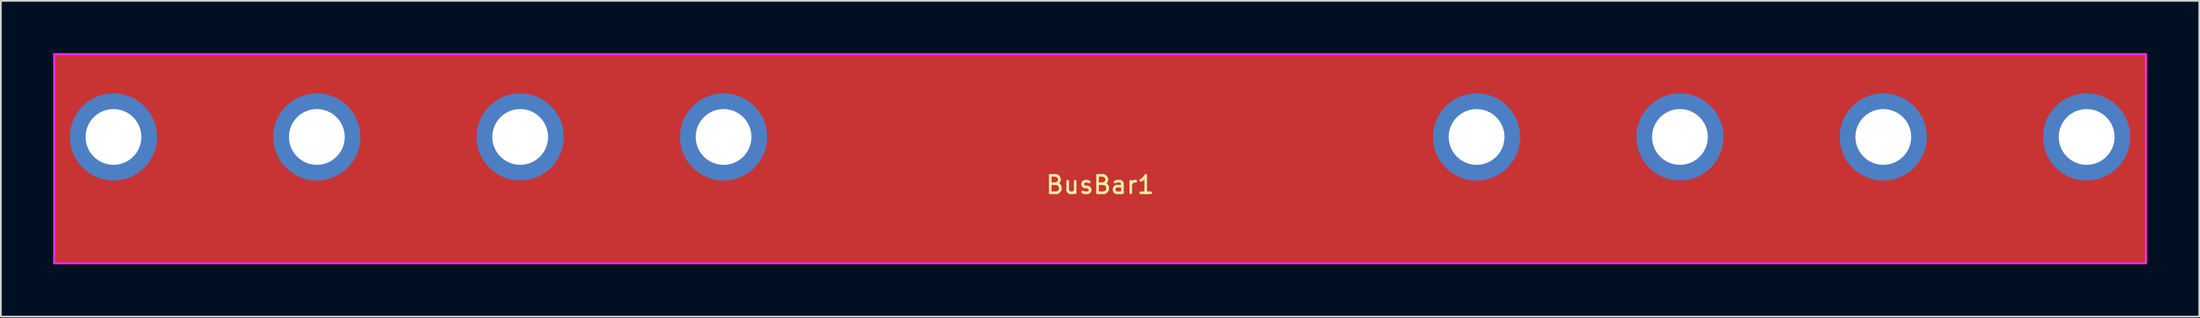
<source format=kicad_pcb>
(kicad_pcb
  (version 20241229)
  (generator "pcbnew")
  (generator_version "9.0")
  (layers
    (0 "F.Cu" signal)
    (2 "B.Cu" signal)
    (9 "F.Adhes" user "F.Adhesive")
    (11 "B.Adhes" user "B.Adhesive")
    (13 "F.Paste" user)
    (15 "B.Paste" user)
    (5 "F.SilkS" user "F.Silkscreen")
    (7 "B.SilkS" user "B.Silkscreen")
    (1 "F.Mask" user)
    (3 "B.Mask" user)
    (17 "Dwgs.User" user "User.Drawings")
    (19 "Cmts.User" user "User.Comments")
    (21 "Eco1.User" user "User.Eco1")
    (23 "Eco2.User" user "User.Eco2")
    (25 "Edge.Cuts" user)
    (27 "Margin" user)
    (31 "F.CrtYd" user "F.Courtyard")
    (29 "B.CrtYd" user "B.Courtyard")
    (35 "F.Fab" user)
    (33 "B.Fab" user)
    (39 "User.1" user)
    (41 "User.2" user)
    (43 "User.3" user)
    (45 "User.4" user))
  (footprint "BusBar1"
    (layer "F.Cu")
    (at 60.06 7.06)
    (property "Reference" "BusBar1" (at 0 0.5 0) (layer "F.SilkS") (effects (font (size 1 1) (thickness 0.15))))
    (attr through_hole)
    (fp_poly (pts (xy -58.75 -5.75) (xy -59.75 -5.75) (xy -59.75 -6.75) (xy -58.75 -6.75)) (stroke (width 0.1) (type solid)) (fill yes) (layer "F.Paste"))
    (fp_poly (pts (xy -58.75 1.75) (xy -59.75 1.75) (xy -59.75 0.75) (xy -58.75 0.75)) (stroke (width 0.1) (type solid)) (fill yes) (layer "F.Paste"))
    (fp_poly (pts (xy -58.75 3.25) (xy -59.75 3.25) (xy -59.75 2.25) (xy -58.75 2.25)) (stroke (width 0.1) (type solid)) (fill yes) (layer "F.Paste"))
    (fp_poly (pts (xy -58.75 4.75) (xy -59.75 4.75) (xy -59.75 3.75) (xy -58.75 3.75)) (stroke (width 0.1) (type solid)) (fill yes) (layer "F.Paste"))
    (fp_poly (pts (xy -57.25 -5.75) (xy -58.25 -5.75) (xy -58.25 -6.75) (xy -57.25 -6.75)) (stroke (width 0.1) (type solid)) (fill yes) (layer "F.Paste"))
    (fp_poly (pts (xy -57.25 1.75) (xy -58.25 1.75) (xy -58.25 0.75) (xy -57.25 0.75)) (stroke (width 0.1) (type solid)) (fill yes) (layer "F.Paste"))
    (fp_poly (pts (xy -57.25 3.25) (xy -58.25 3.25) (xy -58.25 2.25) (xy -57.25 2.25)) (stroke (width 0.1) (type solid)) (fill yes) (layer "F.Paste"))
    (fp_poly (pts (xy -57.25 4.75) (xy -58.25 4.75) (xy -58.25 3.75) (xy -57.25 3.75)) (stroke (width 0.1) (type solid)) (fill yes) (layer "F.Paste"))
    (fp_poly (pts (xy -55.75 -5.75) (xy -56.75 -5.75) (xy -56.75 -6.75) (xy -55.75 -6.75)) (stroke (width 0.1) (type solid)) (fill yes) (layer "F.Paste"))
    (fp_poly (pts (xy -55.75 1.75) (xy -56.75 1.75) (xy -56.75 0.75) (xy -55.75 0.75)) (stroke (width 0.1) (type solid)) (fill yes) (layer "F.Paste"))
    (fp_poly (pts (xy -55.75 3.25) (xy -56.75 3.25) (xy -56.75 2.25) (xy -55.75 2.25)) (stroke (width 0.1) (type solid)) (fill yes) (layer "F.Paste"))
    (fp_poly (pts (xy -55.75 4.75) (xy -56.75 4.75) (xy -56.75 3.75) (xy -55.75 3.75)) (stroke (width 0.1) (type solid)) (fill yes) (layer "F.Paste"))
    (fp_poly (pts (xy -54.25 -5.75) (xy -55.25 -5.75) (xy -55.25 -6.75) (xy -54.25 -6.75)) (stroke (width 0.1) (type solid)) (fill yes) (layer "F.Paste"))
    (fp_poly (pts (xy -54.25 1.75) (xy -55.25 1.75) (xy -55.25 0.75) (xy -54.25 0.75)) (stroke (width 0.1) (type solid)) (fill yes) (layer "F.Paste"))
    (fp_poly (pts (xy -54.25 3.25) (xy -55.25 3.25) (xy -55.25 2.25) (xy -54.25 2.25)) (stroke (width 0.1) (type solid)) (fill yes) (layer "F.Paste"))
    (fp_poly (pts (xy -54.25 4.75) (xy -55.25 4.75) (xy -55.25 3.75) (xy -54.25 3.75)) (stroke (width 0.1) (type solid)) (fill yes) (layer "F.Paste"))
    (fp_poly (pts (xy -52.75 -5.75) (xy -53.75 -5.75) (xy -53.75 -6.75) (xy -52.75 -6.75)) (stroke (width 0.1) (type solid)) (fill yes) (layer "F.Paste"))
    (fp_poly (pts (xy -52.75 -4.25) (xy -53.75 -4.25) (xy -53.75 -5.25) (xy -52.75 -5.25)) (stroke (width 0.1) (type solid)) (fill yes) (layer "F.Paste"))
    (fp_poly (pts (xy -52.75 -2.75) (xy -53.75 -2.75) (xy -53.75 -3.75) (xy -52.75 -3.75)) (stroke (width 0.1) (type solid)) (fill yes) (layer "F.Paste"))
    (fp_poly (pts (xy -52.75 -1.25) (xy -53.75 -1.25) (xy -53.75 -2.25) (xy -52.75 -2.25)) (stroke (width 0.1) (type solid)) (fill yes) (layer "F.Paste"))
    (fp_poly (pts (xy -52.75 0.25) (xy -53.75 0.25) (xy -53.75 -0.75) (xy -52.75 -0.75)) (stroke (width 0.1) (type solid)) (fill yes) (layer "F.Paste"))
    (fp_poly (pts (xy -52.75 1.75) (xy -53.75 1.75) (xy -53.75 0.75) (xy -52.75 0.75)) (stroke (width 0.1) (type solid)) (fill yes) (layer "F.Paste"))
    (fp_poly (pts (xy -52.75 3.25) (xy -53.75 3.25) (xy -53.75 2.25) (xy -52.75 2.25)) (stroke (width 0.1) (type solid)) (fill yes) (layer "F.Paste"))
    (fp_poly (pts (xy -52.75 4.75) (xy -53.75 4.75) (xy -53.75 3.75) (xy -52.75 3.75)) (stroke (width 0.1) (type solid)) (fill yes) (layer "F.Paste"))
    (fp_poly (pts (xy -51.25 -5.75) (xy -52.25 -5.75) (xy -52.25 -6.75) (xy -51.25 -6.75)) (stroke (width 0.1) (type solid)) (fill yes) (layer "F.Paste"))
    (fp_poly (pts (xy -51.25 -4.25) (xy -52.25 -4.25) (xy -52.25 -5.25) (xy -51.25 -5.25)) (stroke (width 0.1) (type solid)) (fill yes) (layer "F.Paste"))
    (fp_poly (pts (xy -51.25 -2.75) (xy -52.25 -2.75) (xy -52.25 -3.75) (xy -51.25 -3.75)) (stroke (width 0.1) (type solid)) (fill yes) (layer "F.Paste"))
    (fp_poly (pts (xy -51.25 -1.25) (xy -52.25 -1.25) (xy -52.25 -2.25) (xy -51.25 -2.25)) (stroke (width 0.1) (type solid)) (fill yes) (layer "F.Paste"))
    (fp_poly (pts (xy -51.25 0.25) (xy -52.25 0.25) (xy -52.25 -0.75) (xy -51.25 -0.75)) (stroke (width 0.1) (type solid)) (fill yes) (layer "F.Paste"))
    (fp_poly (pts (xy -51.25 1.75) (xy -52.25 1.75) (xy -52.25 0.75) (xy -51.25 0.75)) (stroke (width 0.1) (type solid)) (fill yes) (layer "F.Paste"))
    (fp_poly (pts (xy -51.25 3.25) (xy -52.25 3.25) (xy -52.25 2.25) (xy -51.25 2.25)) (stroke (width 0.1) (type solid)) (fill yes) (layer "F.Paste"))
    (fp_poly (pts (xy -51.25 4.75) (xy -52.25 4.75) (xy -52.25 3.75) (xy -51.25 3.75)) (stroke (width 0.1) (type solid)) (fill yes) (layer "F.Paste"))
    (fp_poly (pts (xy -49.75 -5.75) (xy -50.75 -5.75) (xy -50.75 -6.75) (xy -49.75 -6.75)) (stroke (width 0.1) (type solid)) (fill yes) (layer "F.Paste"))
    (fp_poly (pts (xy -49.75 -4.25) (xy -50.75 -4.25) (xy -50.75 -5.25) (xy -49.75 -5.25)) (stroke (width 0.1) (type solid)) (fill yes) (layer "F.Paste"))
    (fp_poly (pts (xy -49.75 -2.75) (xy -50.75 -2.75) (xy -50.75 -3.75) (xy -49.75 -3.75)) (stroke (width 0.1) (type solid)) (fill yes) (layer "F.Paste"))
    (fp_poly (pts (xy -49.75 -1.25) (xy -50.75 -1.25) (xy -50.75 -2.25) (xy -49.75 -2.25)) (stroke (width 0.1) (type solid)) (fill yes) (layer "F.Paste"))
    (fp_poly (pts (xy -49.75 0.25) (xy -50.75 0.25) (xy -50.75 -0.75) (xy -49.75 -0.75)) (stroke (width 0.1) (type solid)) (fill yes) (layer "F.Paste"))
    (fp_poly (pts (xy -49.75 1.75) (xy -50.75 1.75) (xy -50.75 0.75) (xy -49.75 0.75)) (stroke (width 0.1) (type solid)) (fill yes) (layer "F.Paste"))
    (fp_poly (pts (xy -49.75 3.25) (xy -50.75 3.25) (xy -50.75 2.25) (xy -49.75 2.25)) (stroke (width 0.1) (type solid)) (fill yes) (layer "F.Paste"))
    (fp_poly (pts (xy -49.75 4.75) (xy -50.75 4.75) (xy -50.75 3.75) (xy -49.75 3.75)) (stroke (width 0.1) (type solid)) (fill yes) (layer "F.Paste"))
    (fp_poly (pts (xy -48.25 -5.75) (xy -49.25 -5.75) (xy -49.25 -6.75) (xy -48.25 -6.75)) (stroke (width 0.1) (type solid)) (fill yes) (layer "F.Paste"))
    (fp_poly (pts (xy -48.25 -4.25) (xy -49.25 -4.25) (xy -49.25 -5.25) (xy -48.25 -5.25)) (stroke (width 0.1) (type solid)) (fill yes) (layer "F.Paste"))
    (fp_poly (pts (xy -48.25 -2.75) (xy -49.25 -2.75) (xy -49.25 -3.75) (xy -48.25 -3.75)) (stroke (width 0.1) (type solid)) (fill yes) (layer "F.Paste"))
    (fp_poly (pts (xy -48.25 -1.25) (xy -49.25 -1.25) (xy -49.25 -2.25) (xy -48.25 -2.25)) (stroke (width 0.1) (type solid)) (fill yes) (layer "F.Paste"))
    (fp_poly (pts (xy -48.25 0.25) (xy -49.25 0.25) (xy -49.25 -0.75) (xy -48.25 -0.75)) (stroke (width 0.1) (type solid)) (fill yes) (layer "F.Paste"))
    (fp_poly (pts (xy -48.25 1.75) (xy -49.25 1.75) (xy -49.25 0.75) (xy -48.25 0.75)) (stroke (width 0.1) (type solid)) (fill yes) (layer "F.Paste"))
    (fp_poly (pts (xy -48.25 3.25) (xy -49.25 3.25) (xy -49.25 2.25) (xy -48.25 2.25)) (stroke (width 0.1) (type solid)) (fill yes) (layer "F.Paste"))
    (fp_poly (pts (xy -48.25 4.75) (xy -49.25 4.75) (xy -49.25 3.75) (xy -48.25 3.75)) (stroke (width 0.1) (type solid)) (fill yes) (layer "F.Paste"))
    (fp_poly (pts (xy -46.75 -5.75) (xy -47.75 -5.75) (xy -47.75 -6.75) (xy -46.75 -6.75)) (stroke (width 0.1) (type solid)) (fill yes) (layer "F.Paste"))
    (fp_poly (pts (xy -46.75 1.75) (xy -47.75 1.75) (xy -47.75 0.75) (xy -46.75 0.75)) (stroke (width 0.1) (type solid)) (fill yes) (layer "F.Paste"))
    (fp_poly (pts (xy -46.75 3.25) (xy -47.75 3.25) (xy -47.75 2.25) (xy -46.75 2.25)) (stroke (width 0.1) (type solid)) (fill yes) (layer "F.Paste"))
    (fp_poly (pts (xy -46.75 4.75) (xy -47.75 4.75) (xy -47.75 3.75) (xy -46.75 3.75)) (stroke (width 0.1) (type solid)) (fill yes) (layer "F.Paste"))
    (fp_poly (pts (xy -45.25 -5.75) (xy -46.25 -5.75) (xy -46.25 -6.75) (xy -45.25 -6.75)) (stroke (width 0.1) (type solid)) (fill yes) (layer "F.Paste"))
    (fp_poly (pts (xy -45.25 1.75) (xy -46.25 1.75) (xy -46.25 0.75) (xy -45.25 0.75)) (stroke (width 0.1) (type solid)) (fill yes) (layer "F.Paste"))
    (fp_poly (pts (xy -45.25 3.25) (xy -46.25 3.25) (xy -46.25 2.25) (xy -45.25 2.25)) (stroke (width 0.1) (type solid)) (fill yes) (layer "F.Paste"))
    (fp_poly (pts (xy -45.25 4.75) (xy -46.25 4.75) (xy -46.25 3.75) (xy -45.25 3.75)) (stroke (width 0.1) (type solid)) (fill yes) (layer "F.Paste"))
    (fp_poly (pts (xy -43.75 -5.75) (xy -44.75 -5.75) (xy -44.75 -6.75) (xy -43.75 -6.75)) (stroke (width 0.1) (type solid)) (fill yes) (layer "F.Paste"))
    (fp_poly (pts (xy -43.75 1.75) (xy -44.75 1.75) (xy -44.75 0.75) (xy -43.75 0.75)) (stroke (width 0.1) (type solid)) (fill yes) (layer "F.Paste"))
    (fp_poly (pts (xy -43.75 3.25) (xy -44.75 3.25) (xy -44.75 2.25) (xy -43.75 2.25)) (stroke (width 0.1) (type solid)) (fill yes) (layer "F.Paste"))
    (fp_poly (pts (xy -43.75 4.75) (xy -44.75 4.75) (xy -44.75 3.75) (xy -43.75 3.75)) (stroke (width 0.1) (type solid)) (fill yes) (layer "F.Paste"))
    (fp_poly (pts (xy -42.25 -5.75) (xy -43.25 -5.75) (xy -43.25 -6.75) (xy -42.25 -6.75)) (stroke (width 0.1) (type solid)) (fill yes) (layer "F.Paste"))
    (fp_poly (pts (xy -42.25 1.75) (xy -43.25 1.75) (xy -43.25 0.75) (xy -42.25 0.75)) (stroke (width 0.1) (type solid)) (fill yes) (layer "F.Paste"))
    (fp_poly (pts (xy -42.25 3.25) (xy -43.25 3.25) (xy -43.25 2.25) (xy -42.25 2.25)) (stroke (width 0.1) (type solid)) (fill yes) (layer "F.Paste"))
    (fp_poly (pts (xy -42.25 4.75) (xy -43.25 4.75) (xy -43.25 3.75) (xy -42.25 3.75)) (stroke (width 0.1) (type solid)) (fill yes) (layer "F.Paste"))
    (fp_poly (pts (xy -40.75 -5.75) (xy -41.75 -5.75) (xy -41.75 -6.75) (xy -40.75 -6.75)) (stroke (width 0.1) (type solid)) (fill yes) (layer "F.Paste"))
    (fp_poly (pts (xy -40.75 -4.25) (xy -41.75 -4.25) (xy -41.75 -5.25) (xy -40.75 -5.25)) (stroke (width 0.1) (type solid)) (fill yes) (layer "F.Paste"))
    (fp_poly (pts (xy -40.75 -2.75) (xy -41.75 -2.75) (xy -41.75 -3.75) (xy -40.75 -3.75)) (stroke (width 0.1) (type solid)) (fill yes) (layer "F.Paste"))
    (fp_poly (pts (xy -40.75 -1.25) (xy -41.75 -1.25) (xy -41.75 -2.25) (xy -40.75 -2.25)) (stroke (width 0.1) (type solid)) (fill yes) (layer "F.Paste"))
    (fp_poly (pts (xy -40.75 0.25) (xy -41.75 0.25) (xy -41.75 -0.75) (xy -40.75 -0.75)) (stroke (width 0.1) (type solid)) (fill yes) (layer "F.Paste"))
    (fp_poly (pts (xy -40.75 1.75) (xy -41.75 1.75) (xy -41.75 0.75) (xy -40.75 0.75)) (stroke (width 0.1) (type solid)) (fill yes) (layer "F.Paste"))
    (fp_poly (pts (xy -40.75 3.25) (xy -41.75 3.25) (xy -41.75 2.25) (xy -40.75 2.25)) (stroke (width 0.1) (type solid)) (fill yes) (layer "F.Paste"))
    (fp_poly (pts (xy -40.75 4.75) (xy -41.75 4.75) (xy -41.75 3.75) (xy -40.75 3.75)) (stroke (width 0.1) (type solid)) (fill yes) (layer "F.Paste"))
    (fp_poly (pts (xy -39.25 -5.75) (xy -40.25 -5.75) (xy -40.25 -6.75) (xy -39.25 -6.75)) (stroke (width 0.1) (type solid)) (fill yes) (layer "F.Paste"))
    (fp_poly (pts (xy -39.25 -4.25) (xy -40.25 -4.25) (xy -40.25 -5.25) (xy -39.25 -5.25)) (stroke (width 0.1) (type solid)) (fill yes) (layer "F.Paste"))
    (fp_poly (pts (xy -39.25 -2.75) (xy -40.25 -2.75) (xy -40.25 -3.75) (xy -39.25 -3.75)) (stroke (width 0.1) (type solid)) (fill yes) (layer "F.Paste"))
    (fp_poly (pts (xy -39.25 -1.25) (xy -40.25 -1.25) (xy -40.25 -2.25) (xy -39.25 -2.25)) (stroke (width 0.1) (type solid)) (fill yes) (layer "F.Paste"))
    (fp_poly (pts (xy -39.25 0.25) (xy -40.25 0.25) (xy -40.25 -0.75) (xy -39.25 -0.75)) (stroke (width 0.1) (type solid)) (fill yes) (layer "F.Paste"))
    (fp_poly (pts (xy -39.25 1.75) (xy -40.25 1.75) (xy -40.25 0.75) (xy -39.25 0.75)) (stroke (width 0.1) (type solid)) (fill yes) (layer "F.Paste"))
    (fp_poly (pts (xy -39.25 3.25) (xy -40.25 3.25) (xy -40.25 2.25) (xy -39.25 2.25)) (stroke (width 0.1) (type solid)) (fill yes) (layer "F.Paste"))
    (fp_poly (pts (xy -39.25 4.75) (xy -40.25 4.75) (xy -40.25 3.75) (xy -39.25 3.75)) (stroke (width 0.1) (type solid)) (fill yes) (layer "F.Paste"))
    (fp_poly (pts (xy -37.75 -5.75) (xy -38.75 -5.75) (xy -38.75 -6.75) (xy -37.75 -6.75)) (stroke (width 0.1) (type solid)) (fill yes) (layer "F.Paste"))
    (fp_poly (pts (xy -37.75 -4.25) (xy -38.75 -4.25) (xy -38.75 -5.25) (xy -37.75 -5.25)) (stroke (width 0.1) (type solid)) (fill yes) (layer "F.Paste"))
    (fp_poly (pts (xy -37.75 -2.75) (xy -38.75 -2.75) (xy -38.75 -3.75) (xy -37.75 -3.75)) (stroke (width 0.1) (type solid)) (fill yes) (layer "F.Paste"))
    (fp_poly (pts (xy -37.75 -1.25) (xy -38.75 -1.25) (xy -38.75 -2.25) (xy -37.75 -2.25)) (stroke (width 0.1) (type solid)) (fill yes) (layer "F.Paste"))
    (fp_poly (pts (xy -37.75 0.25) (xy -38.75 0.25) (xy -38.75 -0.75) (xy -37.75 -0.75)) (stroke (width 0.1) (type solid)) (fill yes) (layer "F.Paste"))
    (fp_poly (pts (xy -37.75 1.75) (xy -38.75 1.75) (xy -38.75 0.75) (xy -37.75 0.75)) (stroke (width 0.1) (type solid)) (fill yes) (layer "F.Paste"))
    (fp_poly (pts (xy -37.75 3.25) (xy -38.75 3.25) (xy -38.75 2.25) (xy -37.75 2.25)) (stroke (width 0.1) (type solid)) (fill yes) (layer "F.Paste"))
    (fp_poly (pts (xy -37.75 4.75) (xy -38.75 4.75) (xy -38.75 3.75) (xy -37.75 3.75)) (stroke (width 0.1) (type solid)) (fill yes) (layer "F.Paste"))
    (fp_poly (pts (xy -36.25 -5.75) (xy -37.25 -5.75) (xy -37.25 -6.75) (xy -36.25 -6.75)) (stroke (width 0.1) (type solid)) (fill yes) (layer "F.Paste"))
    (fp_poly (pts (xy -36.25 -4.25) (xy -37.25 -4.25) (xy -37.25 -5.25) (xy -36.25 -5.25)) (stroke (width 0.1) (type solid)) (fill yes) (layer "F.Paste"))
    (fp_poly (pts (xy -36.25 -2.75) (xy -37.25 -2.75) (xy -37.25 -3.75) (xy -36.25 -3.75)) (stroke (width 0.1) (type solid)) (fill yes) (layer "F.Paste"))
    (fp_poly (pts (xy -36.25 -1.25) (xy -37.25 -1.25) (xy -37.25 -2.25) (xy -36.25 -2.25)) (stroke (width 0.1) (type solid)) (fill yes) (layer "F.Paste"))
    (fp_poly (pts (xy -36.25 0.25) (xy -37.25 0.25) (xy -37.25 -0.75) (xy -36.25 -0.75)) (stroke (width 0.1) (type solid)) (fill yes) (layer "F.Paste"))
    (fp_poly (pts (xy -36.25 1.75) (xy -37.25 1.75) (xy -37.25 0.75) (xy -36.25 0.75)) (stroke (width 0.1) (type solid)) (fill yes) (layer "F.Paste"))
    (fp_poly (pts (xy -36.25 3.25) (xy -37.25 3.25) (xy -37.25 2.25) (xy -36.25 2.25)) (stroke (width 0.1) (type solid)) (fill yes) (layer "F.Paste"))
    (fp_poly (pts (xy -36.25 4.75) (xy -37.25 4.75) (xy -37.25 3.75) (xy -36.25 3.75)) (stroke (width 0.1) (type solid)) (fill yes) (layer "F.Paste"))
    (fp_poly (pts (xy -34.75 -5.75) (xy -35.75 -5.75) (xy -35.75 -6.75) (xy -34.75 -6.75)) (stroke (width 0.1) (type solid)) (fill yes) (layer "F.Paste"))
    (fp_poly (pts (xy -34.75 1.75) (xy -35.75 1.75) (xy -35.75 0.75) (xy -34.75 0.75)) (stroke (width 0.1) (type solid)) (fill yes) (layer "F.Paste"))
    (fp_poly (pts (xy -34.75 3.25) (xy -35.75 3.25) (xy -35.75 2.25) (xy -34.75 2.25)) (stroke (width 0.1) (type solid)) (fill yes) (layer "F.Paste"))
    (fp_poly (pts (xy -34.75 4.75) (xy -35.75 4.75) (xy -35.75 3.75) (xy -34.75 3.75)) (stroke (width 0.1) (type solid)) (fill yes) (layer "F.Paste"))
    (fp_poly (pts (xy -33.25 -5.75) (xy -34.25 -5.75) (xy -34.25 -6.75) (xy -33.25 -6.75)) (stroke (width 0.1) (type solid)) (fill yes) (layer "F.Paste"))
    (fp_poly (pts (xy -33.25 1.75) (xy -34.25 1.75) (xy -34.25 0.75) (xy -33.25 0.75)) (stroke (width 0.1) (type solid)) (fill yes) (layer "F.Paste"))
    (fp_poly (pts (xy -33.25 3.25) (xy -34.25 3.25) (xy -34.25 2.25) (xy -33.25 2.25)) (stroke (width 0.1) (type solid)) (fill yes) (layer "F.Paste"))
    (fp_poly (pts (xy -33.25 4.75) (xy -34.25 4.75) (xy -34.25 3.75) (xy -33.25 3.75)) (stroke (width 0.1) (type solid)) (fill yes) (layer "F.Paste"))
    (fp_poly (pts (xy -31.75 -5.75) (xy -32.75 -5.75) (xy -32.75 -6.75) (xy -31.75 -6.75)) (stroke (width 0.1) (type solid)) (fill yes) (layer "F.Paste"))
    (fp_poly (pts (xy -31.75 1.75) (xy -32.75 1.75) (xy -32.75 0.75) (xy -31.75 0.75)) (stroke (width 0.1) (type solid)) (fill yes) (layer "F.Paste"))
    (fp_poly (pts (xy -31.75 3.25) (xy -32.75 3.25) (xy -32.75 2.25) (xy -31.75 2.25)) (stroke (width 0.1) (type solid)) (fill yes) (layer "F.Paste"))
    (fp_poly (pts (xy -31.75 4.75) (xy -32.75 4.75) (xy -32.75 3.75) (xy -31.75 3.75)) (stroke (width 0.1) (type solid)) (fill yes) (layer "F.Paste"))
    (fp_poly (pts (xy -30.25 -5.75) (xy -31.25 -5.75) (xy -31.25 -6.75) (xy -30.25 -6.75)) (stroke (width 0.1) (type solid)) (fill yes) (layer "F.Paste"))
    (fp_poly (pts (xy -30.25 1.75) (xy -31.25 1.75) (xy -31.25 0.75) (xy -30.25 0.75)) (stroke (width 0.1) (type solid)) (fill yes) (layer "F.Paste"))
    (fp_poly (pts (xy -30.25 3.25) (xy -31.25 3.25) (xy -31.25 2.25) (xy -30.25 2.25)) (stroke (width 0.1) (type solid)) (fill yes) (layer "F.Paste"))
    (fp_poly (pts (xy -30.25 4.75) (xy -31.25 4.75) (xy -31.25 3.75) (xy -30.25 3.75)) (stroke (width 0.1) (type solid)) (fill yes) (layer "F.Paste"))
    (fp_poly (pts (xy -28.75 -5.75) (xy -29.75 -5.75) (xy -29.75 -6.75) (xy -28.75 -6.75)) (stroke (width 0.1) (type solid)) (fill yes) (layer "F.Paste"))
    (fp_poly (pts (xy -28.75 -4.25) (xy -29.75 -4.25) (xy -29.75 -5.25) (xy -28.75 -5.25)) (stroke (width 0.1) (type solid)) (fill yes) (layer "F.Paste"))
    (fp_poly (pts (xy -28.75 -2.75) (xy -29.75 -2.75) (xy -29.75 -3.75) (xy -28.75 -3.75)) (stroke (width 0.1) (type solid)) (fill yes) (layer "F.Paste"))
    (fp_poly (pts (xy -28.75 -1.25) (xy -29.75 -1.25) (xy -29.75 -2.25) (xy -28.75 -2.25)) (stroke (width 0.1) (type solid)) (fill yes) (layer "F.Paste"))
    (fp_poly (pts (xy -28.75 0.25) (xy -29.75 0.25) (xy -29.75 -0.75) (xy -28.75 -0.75)) (stroke (width 0.1) (type solid)) (fill yes) (layer "F.Paste"))
    (fp_poly (pts (xy -28.75 1.75) (xy -29.75 1.75) (xy -29.75 0.75) (xy -28.75 0.75)) (stroke (width 0.1) (type solid)) (fill yes) (layer "F.Paste"))
    (fp_poly (pts (xy -28.75 3.25) (xy -29.75 3.25) (xy -29.75 2.25) (xy -28.75 2.25)) (stroke (width 0.1) (type solid)) (fill yes) (layer "F.Paste"))
    (fp_poly (pts (xy -28.75 4.75) (xy -29.75 4.75) (xy -29.75 3.75) (xy -28.75 3.75)) (stroke (width 0.1) (type solid)) (fill yes) (layer "F.Paste"))
    (fp_poly (pts (xy -27.25 -5.75) (xy -28.25 -5.75) (xy -28.25 -6.75) (xy -27.25 -6.75)) (stroke (width 0.1) (type solid)) (fill yes) (layer "F.Paste"))
    (fp_poly (pts (xy -27.25 -4.25) (xy -28.25 -4.25) (xy -28.25 -5.25) (xy -27.25 -5.25)) (stroke (width 0.1) (type solid)) (fill yes) (layer "F.Paste"))
    (fp_poly (pts (xy -27.25 -2.75) (xy -28.25 -2.75) (xy -28.25 -3.75) (xy -27.25 -3.75)) (stroke (width 0.1) (type solid)) (fill yes) (layer "F.Paste"))
    (fp_poly (pts (xy -27.25 -1.25) (xy -28.25 -1.25) (xy -28.25 -2.25) (xy -27.25 -2.25)) (stroke (width 0.1) (type solid)) (fill yes) (layer "F.Paste"))
    (fp_poly (pts (xy -27.25 0.25) (xy -28.25 0.25) (xy -28.25 -0.75) (xy -27.25 -0.75)) (stroke (width 0.1) (type solid)) (fill yes) (layer "F.Paste"))
    (fp_poly (pts (xy -27.25 1.75) (xy -28.25 1.75) (xy -28.25 0.75) (xy -27.25 0.75)) (stroke (width 0.1) (type solid)) (fill yes) (layer "F.Paste"))
    (fp_poly (pts (xy -27.25 3.25) (xy -28.25 3.25) (xy -28.25 2.25) (xy -27.25 2.25)) (stroke (width 0.1) (type solid)) (fill yes) (layer "F.Paste"))
    (fp_poly (pts (xy -27.25 4.75) (xy -28.25 4.75) (xy -28.25 3.75) (xy -27.25 3.75)) (stroke (width 0.1) (type solid)) (fill yes) (layer "F.Paste"))
    (fp_poly (pts (xy -25.75 -5.75) (xy -26.75 -5.75) (xy -26.75 -6.75) (xy -25.75 -6.75)) (stroke (width 0.1) (type solid)) (fill yes) (layer "F.Paste"))
    (fp_poly (pts (xy -25.75 -4.25) (xy -26.75 -4.25) (xy -26.75 -5.25) (xy -25.75 -5.25)) (stroke (width 0.1) (type solid)) (fill yes) (layer "F.Paste"))
    (fp_poly (pts (xy -25.75 -2.75) (xy -26.75 -2.75) (xy -26.75 -3.75) (xy -25.75 -3.75)) (stroke (width 0.1) (type solid)) (fill yes) (layer "F.Paste"))
    (fp_poly (pts (xy -25.75 -1.25) (xy -26.75 -1.25) (xy -26.75 -2.25) (xy -25.75 -2.25)) (stroke (width 0.1) (type solid)) (fill yes) (layer "F.Paste"))
    (fp_poly (pts (xy -25.75 0.25) (xy -26.75 0.25) (xy -26.75 -0.75) (xy -25.75 -0.75)) (stroke (width 0.1) (type solid)) (fill yes) (layer "F.Paste"))
    (fp_poly (pts (xy -25.75 1.75) (xy -26.75 1.75) (xy -26.75 0.75) (xy -25.75 0.75)) (stroke (width 0.1) (type solid)) (fill yes) (layer "F.Paste"))
    (fp_poly (pts (xy -25.75 3.25) (xy -26.75 3.25) (xy -26.75 2.25) (xy -25.75 2.25)) (stroke (width 0.1) (type solid)) (fill yes) (layer "F.Paste"))
    (fp_poly (pts (xy -25.75 4.75) (xy -26.75 4.75) (xy -26.75 3.75) (xy -25.75 3.75)) (stroke (width 0.1) (type solid)) (fill yes) (layer "F.Paste"))
    (fp_poly (pts (xy -24.25 -5.75) (xy -25.25 -5.75) (xy -25.25 -6.75) (xy -24.25 -6.75)) (stroke (width 0.1) (type solid)) (fill yes) (layer "F.Paste"))
    (fp_poly (pts (xy -24.25 -4.25) (xy -25.25 -4.25) (xy -25.25 -5.25) (xy -24.25 -5.25)) (stroke (width 0.1) (type solid)) (fill yes) (layer "F.Paste"))
    (fp_poly (pts (xy -24.25 -2.75) (xy -25.25 -2.75) (xy -25.25 -3.75) (xy -24.25 -3.75)) (stroke (width 0.1) (type solid)) (fill yes) (layer "F.Paste"))
    (fp_poly (pts (xy -24.25 -1.25) (xy -25.25 -1.25) (xy -25.25 -2.25) (xy -24.25 -2.25)) (stroke (width 0.1) (type solid)) (fill yes) (layer "F.Paste"))
    (fp_poly (pts (xy -24.25 0.25) (xy -25.25 0.25) (xy -25.25 -0.75) (xy -24.25 -0.75)) (stroke (width 0.1) (type solid)) (fill yes) (layer "F.Paste"))
    (fp_poly (pts (xy -24.25 1.75) (xy -25.25 1.75) (xy -25.25 0.75) (xy -24.25 0.75)) (stroke (width 0.1) (type solid)) (fill yes) (layer "F.Paste"))
    (fp_poly (pts (xy -24.25 3.25) (xy -25.25 3.25) (xy -25.25 2.25) (xy -24.25 2.25)) (stroke (width 0.1) (type solid)) (fill yes) (layer "F.Paste"))
    (fp_poly (pts (xy -24.25 4.75) (xy -25.25 4.75) (xy -25.25 3.75) (xy -24.25 3.75)) (stroke (width 0.1) (type solid)) (fill yes) (layer "F.Paste"))
    (fp_poly (pts (xy -22.75 -5.75) (xy -23.75 -5.75) (xy -23.75 -6.75) (xy -22.75 -6.75)) (stroke (width 0.1) (type solid)) (fill yes) (layer "F.Paste"))
    (fp_poly (pts (xy -22.75 1.75) (xy -23.75 1.75) (xy -23.75 0.75) (xy -22.75 0.75)) (stroke (width 0.1) (type solid)) (fill yes) (layer "F.Paste"))
    (fp_poly (pts (xy -22.75 3.25) (xy -23.75 3.25) (xy -23.75 2.25) (xy -22.75 2.25)) (stroke (width 0.1) (type solid)) (fill yes) (layer "F.Paste"))
    (fp_poly (pts (xy -22.75 4.75) (xy -23.75 4.75) (xy -23.75 3.75) (xy -22.75 3.75)) (stroke (width 0.1) (type solid)) (fill yes) (layer "F.Paste"))
    (fp_poly (pts (xy -21.25 -5.75) (xy -22.25 -5.75) (xy -22.25 -6.75) (xy -21.25 -6.75)) (stroke (width 0.1) (type solid)) (fill yes) (layer "F.Paste"))
    (fp_poly (pts (xy -21.25 1.75) (xy -22.25 1.75) (xy -22.25 0.75) (xy -21.25 0.75)) (stroke (width 0.1) (type solid)) (fill yes) (layer "F.Paste"))
    (fp_poly (pts (xy -21.25 3.25) (xy -22.25 3.25) (xy -22.25 2.25) (xy -21.25 2.25)) (stroke (width 0.1) (type solid)) (fill yes) (layer "F.Paste"))
    (fp_poly (pts (xy -21.25 4.75) (xy -22.25 4.75) (xy -22.25 3.75) (xy -21.25 3.75)) (stroke (width 0.1) (type solid)) (fill yes) (layer "F.Paste"))
    (fp_poly (pts (xy -19.75 -5.75) (xy -20.75 -5.75) (xy -20.75 -6.75) (xy -19.75 -6.75)) (stroke (width 0.1) (type solid)) (fill yes) (layer "F.Paste"))
    (fp_poly (pts (xy -19.75 1.75) (xy -20.75 1.75) (xy -20.75 0.75) (xy -19.75 0.75)) (stroke (width 0.1) (type solid)) (fill yes) (layer "F.Paste"))
    (fp_poly (pts (xy -19.75 3.25) (xy -20.75 3.25) (xy -20.75 2.25) (xy -19.75 2.25)) (stroke (width 0.1) (type solid)) (fill yes) (layer "F.Paste"))
    (fp_poly (pts (xy -19.75 4.75) (xy -20.75 4.75) (xy -20.75 3.75) (xy -19.75 3.75)) (stroke (width 0.1) (type solid)) (fill yes) (layer "F.Paste"))
    (fp_poly (pts (xy -18.25 -5.75) (xy -19.25 -5.75) (xy -19.25 -6.75) (xy -18.25 -6.75)) (stroke (width 0.1) (type solid)) (fill yes) (layer "F.Paste"))
    (fp_poly (pts (xy -18.25 -4.25) (xy -19.25 -4.25) (xy -19.25 -5.25) (xy -18.25 -5.25)) (stroke (width 0.1) (type solid)) (fill yes) (layer "F.Paste"))
    (fp_poly (pts (xy -18.25 -2.75) (xy -19.25 -2.75) (xy -19.25 -3.75) (xy -18.25 -3.75)) (stroke (width 0.1) (type solid)) (fill yes) (layer "F.Paste"))
    (fp_poly (pts (xy -18.25 -1.25) (xy -19.25 -1.25) (xy -19.25 -2.25) (xy -18.25 -2.25)) (stroke (width 0.1) (type solid)) (fill yes) (layer "F.Paste"))
    (fp_poly (pts (xy -18.25 0.25) (xy -19.25 0.25) (xy -19.25 -0.75) (xy -18.25 -0.75)) (stroke (width 0.1) (type solid)) (fill yes) (layer "F.Paste"))
    (fp_poly (pts (xy -18.25 1.75) (xy -19.25 1.75) (xy -19.25 0.75) (xy -18.25 0.75)) (stroke (width 0.1) (type solid)) (fill yes) (layer "F.Paste"))
    (fp_poly (pts (xy -18.25 3.25) (xy -19.25 3.25) (xy -19.25 2.25) (xy -18.25 2.25)) (stroke (width 0.1) (type solid)) (fill yes) (layer "F.Paste"))
    (fp_poly (pts (xy -18.25 4.75) (xy -19.25 4.75) (xy -19.25 3.75) (xy -18.25 3.75)) (stroke (width 0.1) (type solid)) (fill yes) (layer "F.Paste"))
    (fp_poly (pts (xy -16.75 -5.75) (xy -17.75 -5.75) (xy -17.75 -6.75) (xy -16.75 -6.75)) (stroke (width 0.1) (type solid)) (fill yes) (layer "F.Paste"))
    (fp_poly (pts (xy -16.75 -4.25) (xy -17.75 -4.25) (xy -17.75 -5.25) (xy -16.75 -5.25)) (stroke (width 0.1) (type solid)) (fill yes) (layer "F.Paste"))
    (fp_poly (pts (xy -16.75 -2.75) (xy -17.75 -2.75) (xy -17.75 -3.75) (xy -16.75 -3.75)) (stroke (width 0.1) (type solid)) (fill yes) (layer "F.Paste"))
    (fp_poly (pts (xy -16.75 -1.25) (xy -17.75 -1.25) (xy -17.75 -2.25) (xy -16.75 -2.25)) (stroke (width 0.1) (type solid)) (fill yes) (layer "F.Paste"))
    (fp_poly (pts (xy -16.75 0.25) (xy -17.75 0.25) (xy -17.75 -0.75) (xy -16.75 -0.75)) (stroke (width 0.1) (type solid)) (fill yes) (layer "F.Paste"))
    (fp_poly (pts (xy -16.75 1.75) (xy -17.75 1.75) (xy -17.75 0.75) (xy -16.75 0.75)) (stroke (width 0.1) (type solid)) (fill yes) (layer "F.Paste"))
    (fp_poly (pts (xy -16.75 3.25) (xy -17.75 3.25) (xy -17.75 2.25) (xy -16.75 2.25)) (stroke (width 0.1) (type solid)) (fill yes) (layer "F.Paste"))
    (fp_poly (pts (xy -16.75 4.75) (xy -17.75 4.75) (xy -17.75 3.75) (xy -16.75 3.75)) (stroke (width 0.1) (type solid)) (fill yes) (layer "F.Paste"))
    (fp_poly (pts (xy -15.25 -5.75) (xy -16.25 -5.75) (xy -16.25 -6.75) (xy -15.25 -6.75)) (stroke (width 0.1) (type solid)) (fill yes) (layer "F.Paste"))
    (fp_poly (pts (xy -15.25 -4.25) (xy -16.25 -4.25) (xy -16.25 -5.25) (xy -15.25 -5.25)) (stroke (width 0.1) (type solid)) (fill yes) (layer "F.Paste"))
    (fp_poly (pts (xy -15.25 -2.75) (xy -16.25 -2.75) (xy -16.25 -3.75) (xy -15.25 -3.75)) (stroke (width 0.1) (type solid)) (fill yes) (layer "F.Paste"))
    (fp_poly (pts (xy -15.25 -1.25) (xy -16.25 -1.25) (xy -16.25 -2.25) (xy -15.25 -2.25)) (stroke (width 0.1) (type solid)) (fill yes) (layer "F.Paste"))
    (fp_poly (pts (xy -15.25 0.25) (xy -16.25 0.25) (xy -16.25 -0.75) (xy -15.25 -0.75)) (stroke (width 0.1) (type solid)) (fill yes) (layer "F.Paste"))
    (fp_poly (pts (xy -15.25 1.75) (xy -16.25 1.75) (xy -16.25 0.75) (xy -15.25 0.75)) (stroke (width 0.1) (type solid)) (fill yes) (layer "F.Paste"))
    (fp_poly (pts (xy -15.25 3.25) (xy -16.25 3.25) (xy -16.25 2.25) (xy -15.25 2.25)) (stroke (width 0.1) (type solid)) (fill yes) (layer "F.Paste"))
    (fp_poly (pts (xy -15.25 4.75) (xy -16.25 4.75) (xy -16.25 3.75) (xy -15.25 3.75)) (stroke (width 0.1) (type solid)) (fill yes) (layer "F.Paste"))
    (fp_poly (pts (xy -13.75 -5.75) (xy -14.75 -5.75) (xy -14.75 -6.75) (xy -13.75 -6.75)) (stroke (width 0.1) (type solid)) (fill yes) (layer "F.Paste"))
    (fp_poly (pts (xy -13.75 -4.25) (xy -14.75 -4.25) (xy -14.75 -5.25) (xy -13.75 -5.25)) (stroke (width 0.1) (type solid)) (fill yes) (layer "F.Paste"))
    (fp_poly (pts (xy -13.75 -2.75) (xy -14.75 -2.75) (xy -14.75 -3.75) (xy -13.75 -3.75)) (stroke (width 0.1) (type solid)) (fill yes) (layer "F.Paste"))
    (fp_poly (pts (xy -13.75 -1.25) (xy -14.75 -1.25) (xy -14.75 -2.25) (xy -13.75 -2.25)) (stroke (width 0.1) (type solid)) (fill yes) (layer "F.Paste"))
    (fp_poly (pts (xy -13.75 0.25) (xy -14.75 0.25) (xy -14.75 -0.75) (xy -13.75 -0.75)) (stroke (width 0.1) (type solid)) (fill yes) (layer "F.Paste"))
    (fp_poly (pts (xy -13.75 1.75) (xy -14.75 1.75) (xy -14.75 0.75) (xy -13.75 0.75)) (stroke (width 0.1) (type solid)) (fill yes) (layer "F.Paste"))
    (fp_poly (pts (xy -13.75 3.25) (xy -14.75 3.25) (xy -14.75 2.25) (xy -13.75 2.25)) (stroke (width 0.1) (type solid)) (fill yes) (layer "F.Paste"))
    (fp_poly (pts (xy -13.75 4.75) (xy -14.75 4.75) (xy -14.75 3.75) (xy -13.75 3.75)) (stroke (width 0.1) (type solid)) (fill yes) (layer "F.Paste"))
    (fp_poly (pts (xy -12.25 -5.75) (xy -13.25 -5.75) (xy -13.25 -6.75) (xy -12.25 -6.75)) (stroke (width 0.1) (type solid)) (fill yes) (layer "F.Paste"))
    (fp_poly (pts (xy -12.25 -4.25) (xy -13.25 -4.25) (xy -13.25 -5.25) (xy -12.25 -5.25)) (stroke (width 0.1) (type solid)) (fill yes) (layer "F.Paste"))
    (fp_poly (pts (xy -12.25 -2.75) (xy -13.25 -2.75) (xy -13.25 -3.75) (xy -12.25 -3.75)) (stroke (width 0.1) (type solid)) (fill yes) (layer "F.Paste"))
    (fp_poly (pts (xy -12.25 -1.25) (xy -13.25 -1.25) (xy -13.25 -2.25) (xy -12.25 -2.25)) (stroke (width 0.1) (type solid)) (fill yes) (layer "F.Paste"))
    (fp_poly (pts (xy -12.25 0.25) (xy -13.25 0.25) (xy -13.25 -0.75) (xy -12.25 -0.75)) (stroke (width 0.1) (type solid)) (fill yes) (layer "F.Paste"))
    (fp_poly (pts (xy -12.25 1.75) (xy -13.25 1.75) (xy -13.25 0.75) (xy -12.25 0.75)) (stroke (width 0.1) (type solid)) (fill yes) (layer "F.Paste"))
    (fp_poly (pts (xy -12.25 3.25) (xy -13.25 3.25) (xy -13.25 2.25) (xy -12.25 2.25)) (stroke (width 0.1) (type solid)) (fill yes) (layer "F.Paste"))
    (fp_poly (pts (xy -12.25 4.75) (xy -13.25 4.75) (xy -13.25 3.75) (xy -12.25 3.75)) (stroke (width 0.1) (type solid)) (fill yes) (layer "F.Paste"))
    (fp_poly (pts (xy -10.75 -5.75) (xy -11.75 -5.75) (xy -11.75 -6.75) (xy -10.75 -6.75)) (stroke (width 0.1) (type solid)) (fill yes) (layer "F.Paste"))
    (fp_poly (pts (xy -10.75 -4.25) (xy -11.75 -4.25) (xy -11.75 -5.25) (xy -10.75 -5.25)) (stroke (width 0.1) (type solid)) (fill yes) (layer "F.Paste"))
    (fp_poly (pts (xy -10.75 -2.75) (xy -11.75 -2.75) (xy -11.75 -3.75) (xy -10.75 -3.75)) (stroke (width 0.1) (type solid)) (fill yes) (layer "F.Paste"))
    (fp_poly (pts (xy -10.75 -1.25) (xy -11.75 -1.25) (xy -11.75 -2.25) (xy -10.75 -2.25)) (stroke (width 0.1) (type solid)) (fill yes) (layer "F.Paste"))
    (fp_poly (pts (xy -10.75 0.25) (xy -11.75 0.25) (xy -11.75 -0.75) (xy -10.75 -0.75)) (stroke (width 0.1) (type solid)) (fill yes) (layer "F.Paste"))
    (fp_poly (pts (xy -10.75 1.75) (xy -11.75 1.75) (xy -11.75 0.75) (xy -10.75 0.75)) (stroke (width 0.1) (type solid)) (fill yes) (layer "F.Paste"))
    (fp_poly (pts (xy -10.75 3.25) (xy -11.75 3.25) (xy -11.75 2.25) (xy -10.75 2.25)) (stroke (width 0.1) (type solid)) (fill yes) (layer "F.Paste"))
    (fp_poly (pts (xy -10.75 4.75) (xy -11.75 4.75) (xy -11.75 3.75) (xy -10.75 3.75)) (stroke (width 0.1) (type solid)) (fill yes) (layer "F.Paste"))
    (fp_poly (pts (xy -9.25 -5.75) (xy -10.25 -5.75) (xy -10.25 -6.75) (xy -9.25 -6.75)) (stroke (width 0.1) (type solid)) (fill yes) (layer "F.Paste"))
    (fp_poly (pts (xy -9.25 -4.25) (xy -10.25 -4.25) (xy -10.25 -5.25) (xy -9.25 -5.25)) (stroke (width 0.1) (type solid)) (fill yes) (layer "F.Paste"))
    (fp_poly (pts (xy -9.25 -2.75) (xy -10.25 -2.75) (xy -10.25 -3.75) (xy -9.25 -3.75)) (stroke (width 0.1) (type solid)) (fill yes) (layer "F.Paste"))
    (fp_poly (pts (xy -9.25 -1.25) (xy -10.25 -1.25) (xy -10.25 -2.25) (xy -9.25 -2.25)) (stroke (width 0.1) (type solid)) (fill yes) (layer "F.Paste"))
    (fp_poly (pts (xy -9.25 0.25) (xy -10.25 0.25) (xy -10.25 -0.75) (xy -9.25 -0.75)) (stroke (width 0.1) (type solid)) (fill yes) (layer "F.Paste"))
    (fp_poly (pts (xy -9.25 1.75) (xy -10.25 1.75) (xy -10.25 0.75) (xy -9.25 0.75)) (stroke (width 0.1) (type solid)) (fill yes) (layer "F.Paste"))
    (fp_poly (pts (xy -9.25 3.25) (xy -10.25 3.25) (xy -10.25 2.25) (xy -9.25 2.25)) (stroke (width 0.1) (type solid)) (fill yes) (layer "F.Paste"))
    (fp_poly (pts (xy -9.25 4.75) (xy -10.25 4.75) (xy -10.25 3.75) (xy -9.25 3.75)) (stroke (width 0.1) (type solid)) (fill yes) (layer "F.Paste"))
    (fp_poly (pts (xy -7.75 -5.75) (xy -8.75 -5.75) (xy -8.75 -6.75) (xy -7.75 -6.75)) (stroke (width 0.1) (type solid)) (fill yes) (layer "F.Paste"))
    (fp_poly (pts (xy -7.75 -4.25) (xy -8.75 -4.25) (xy -8.75 -5.25) (xy -7.75 -5.25)) (stroke (width 0.1) (type solid)) (fill yes) (layer "F.Paste"))
    (fp_poly (pts (xy -7.75 -2.75) (xy -8.75 -2.75) (xy -8.75 -3.75) (xy -7.75 -3.75)) (stroke (width 0.1) (type solid)) (fill yes) (layer "F.Paste"))
    (fp_poly (pts (xy -7.75 -1.25) (xy -8.75 -1.25) (xy -8.75 -2.25) (xy -7.75 -2.25)) (stroke (width 0.1) (type solid)) (fill yes) (layer "F.Paste"))
    (fp_poly (pts (xy -7.75 0.25) (xy -8.75 0.25) (xy -8.75 -0.75) (xy -7.75 -0.75)) (stroke (width 0.1) (type solid)) (fill yes) (layer "F.Paste"))
    (fp_poly (pts (xy -7.75 1.75) (xy -8.75 1.75) (xy -8.75 0.75) (xy -7.75 0.75)) (stroke (width 0.1) (type solid)) (fill yes) (layer "F.Paste"))
    (fp_poly (pts (xy -7.75 3.25) (xy -8.75 3.25) (xy -8.75 2.25) (xy -7.75 2.25)) (stroke (width 0.1) (type solid)) (fill yes) (layer "F.Paste"))
    (fp_poly (pts (xy -7.75 4.75) (xy -8.75 4.75) (xy -8.75 3.75) (xy -7.75 3.75)) (stroke (width 0.1) (type solid)) (fill yes) (layer "F.Paste"))
    (fp_poly (pts (xy -6.25 -5.75) (xy -7.25 -5.75) (xy -7.25 -6.75) (xy -6.25 -6.75)) (stroke (width 0.1) (type solid)) (fill yes) (layer "F.Paste"))
    (fp_poly (pts (xy -6.25 -4.25) (xy -7.25 -4.25) (xy -7.25 -5.25) (xy -6.25 -5.25)) (stroke (width 0.1) (type solid)) (fill yes) (layer "F.Paste"))
    (fp_poly (pts (xy -6.25 -2.75) (xy -7.25 -2.75) (xy -7.25 -3.75) (xy -6.25 -3.75)) (stroke (width 0.1) (type solid)) (fill yes) (layer "F.Paste"))
    (fp_poly (pts (xy -6.25 -1.25) (xy -7.25 -1.25) (xy -7.25 -2.25) (xy -6.25 -2.25)) (stroke (width 0.1) (type solid)) (fill yes) (layer "F.Paste"))
    (fp_poly (pts (xy -6.25 0.25) (xy -7.25 0.25) (xy -7.25 -0.75) (xy -6.25 -0.75)) (stroke (width 0.1) (type solid)) (fill yes) (layer "F.Paste"))
    (fp_poly (pts (xy -6.25 1.75) (xy -7.25 1.75) (xy -7.25 0.75) (xy -6.25 0.75)) (stroke (width 0.1) (type solid)) (fill yes) (layer "F.Paste"))
    (fp_poly (pts (xy -6.25 3.25) (xy -7.25 3.25) (xy -7.25 2.25) (xy -6.25 2.25)) (stroke (width 0.1) (type solid)) (fill yes) (layer "F.Paste"))
    (fp_poly (pts (xy -6.25 4.75) (xy -7.25 4.75) (xy -7.25 3.75) (xy -6.25 3.75)) (stroke (width 0.1) (type solid)) (fill yes) (layer "F.Paste"))
    (fp_poly (pts (xy -4.75 -5.75) (xy -5.75 -5.75) (xy -5.75 -6.75) (xy -4.75 -6.75)) (stroke (width 0.1) (type solid)) (fill yes) (layer "F.Paste"))
    (fp_poly (pts (xy -4.75 -4.25) (xy -5.75 -4.25) (xy -5.75 -5.25) (xy -4.75 -5.25)) (stroke (width 0.1) (type solid)) (fill yes) (layer "F.Paste"))
    (fp_poly (pts (xy -4.75 -2.75) (xy -5.75 -2.75) (xy -5.75 -3.75) (xy -4.75 -3.75)) (stroke (width 0.1) (type solid)) (fill yes) (layer "F.Paste"))
    (fp_poly (pts (xy -4.75 -1.25) (xy -5.75 -1.25) (xy -5.75 -2.25) (xy -4.75 -2.25)) (stroke (width 0.1) (type solid)) (fill yes) (layer "F.Paste"))
    (fp_poly (pts (xy -4.75 0.25) (xy -5.75 0.25) (xy -5.75 -0.75) (xy -4.75 -0.75)) (stroke (width 0.1) (type solid)) (fill yes) (layer "F.Paste"))
    (fp_poly (pts (xy -4.75 1.75) (xy -5.75 1.75) (xy -5.75 0.75) (xy -4.75 0.75)) (stroke (width 0.1) (type solid)) (fill yes) (layer "F.Paste"))
    (fp_poly (pts (xy -4.75 3.25) (xy -5.75 3.25) (xy -5.75 2.25) (xy -4.75 2.25)) (stroke (width 0.1) (type solid)) (fill yes) (layer "F.Paste"))
    (fp_poly (pts (xy -4.75 4.75) (xy -5.75 4.75) (xy -5.75 3.75) (xy -4.75 3.75)) (stroke (width 0.1) (type solid)) (fill yes) (layer "F.Paste"))
    (fp_poly (pts (xy -3.25 -5.75) (xy -4.25 -5.75) (xy -4.25 -6.75) (xy -3.25 -6.75)) (stroke (width 0.1) (type solid)) (fill yes) (layer "F.Paste"))
    (fp_poly (pts (xy -3.25 -4.25) (xy -4.25 -4.25) (xy -4.25 -5.25) (xy -3.25 -5.25)) (stroke (width 0.1) (type solid)) (fill yes) (layer "F.Paste"))
    (fp_poly (pts (xy -3.25 -2.75) (xy -4.25 -2.75) (xy -4.25 -3.75) (xy -3.25 -3.75)) (stroke (width 0.1) (type solid)) (fill yes) (layer "F.Paste"))
    (fp_poly (pts (xy -3.25 -1.25) (xy -4.25 -1.25) (xy -4.25 -2.25) (xy -3.25 -2.25)) (stroke (width 0.1) (type solid)) (fill yes) (layer "F.Paste"))
    (fp_poly (pts (xy -3.25 0.25) (xy -4.25 0.25) (xy -4.25 -0.75) (xy -3.25 -0.75)) (stroke (width 0.1) (type solid)) (fill yes) (layer "F.Paste"))
    (fp_poly (pts (xy -3.25 1.75) (xy -4.25 1.75) (xy -4.25 0.75) (xy -3.25 0.75)) (stroke (width 0.1) (type solid)) (fill yes) (layer "F.Paste"))
    (fp_poly (pts (xy -3.25 3.25) (xy -4.25 3.25) (xy -4.25 2.25) (xy -3.25 2.25)) (stroke (width 0.1) (type solid)) (fill yes) (layer "F.Paste"))
    (fp_poly (pts (xy -3.25 4.75) (xy -4.25 4.75) (xy -4.25 3.75) (xy -3.25 3.75)) (stroke (width 0.1) (type solid)) (fill yes) (layer "F.Paste"))
    (fp_poly (pts (xy -1.75 -5.75) (xy -2.75 -5.75) (xy -2.75 -6.75) (xy -1.75 -6.75)) (stroke (width 0.1) (type solid)) (fill yes) (layer "F.Paste"))
    (fp_poly (pts (xy -1.75 -4.25) (xy -2.75 -4.25) (xy -2.75 -5.25) (xy -1.75 -5.25)) (stroke (width 0.1) (type solid)) (fill yes) (layer "F.Paste"))
    (fp_poly (pts (xy -1.75 -2.75) (xy -2.75 -2.75) (xy -2.75 -3.75) (xy -1.75 -3.75)) (stroke (width 0.1) (type solid)) (fill yes) (layer "F.Paste"))
    (fp_poly (pts (xy -1.75 -1.25) (xy -2.75 -1.25) (xy -2.75 -2.25) (xy -1.75 -2.25)) (stroke (width 0.1) (type solid)) (fill yes) (layer "F.Paste"))
    (fp_poly (pts (xy -1.75 0.25) (xy -2.75 0.25) (xy -2.75 -0.75) (xy -1.75 -0.75)) (stroke (width 0.1) (type solid)) (fill yes) (layer "F.Paste"))
    (fp_poly (pts (xy -1.75 1.75) (xy -2.75 1.75) (xy -2.75 0.75) (xy -1.75 0.75)) (stroke (width 0.1) (type solid)) (fill yes) (layer "F.Paste"))
    (fp_poly (pts (xy -1.75 3.25) (xy -2.75 3.25) (xy -2.75 2.25) (xy -1.75 2.25)) (stroke (width 0.1) (type solid)) (fill yes) (layer "F.Paste"))
    (fp_poly (pts (xy -1.75 4.75) (xy -2.75 4.75) (xy -2.75 3.75) (xy -1.75 3.75)) (stroke (width 0.1) (type solid)) (fill yes) (layer "F.Paste"))
    (fp_poly (pts (xy -0.25 -5.75) (xy -1.25 -5.75) (xy -1.25 -6.75) (xy -0.25 -6.75)) (stroke (width 0.1) (type solid)) (fill yes) (layer "F.Paste"))
    (fp_poly (pts (xy -0.25 -4.25) (xy -1.25 -4.25) (xy -1.25 -5.25) (xy -0.25 -5.25)) (stroke (width 0.1) (type solid)) (fill yes) (layer "F.Paste"))
    (fp_poly (pts (xy -0.25 -2.75) (xy -1.25 -2.75) (xy -1.25 -3.75) (xy -0.25 -3.75)) (stroke (width 0.1) (type solid)) (fill yes) (layer "F.Paste"))
    (fp_poly (pts (xy -0.25 -1.25) (xy -1.25 -1.25) (xy -1.25 -2.25) (xy -0.25 -2.25)) (stroke (width 0.1) (type solid)) (fill yes) (layer "F.Paste"))
    (fp_poly (pts (xy -0.25 0.25) (xy -1.25 0.25) (xy -1.25 -0.75) (xy -0.25 -0.75)) (stroke (width 0.1) (type solid)) (fill yes) (layer "F.Paste"))
    (fp_poly (pts (xy -0.25 1.75) (xy -1.25 1.75) (xy -1.25 0.75) (xy -0.25 0.75)) (stroke (width 0.1) (type solid)) (fill yes) (layer "F.Paste"))
    (fp_poly (pts (xy -0.25 3.25) (xy -1.25 3.25) (xy -1.25 2.25) (xy -0.25 2.25)) (stroke (width 0.1) (type solid)) (fill yes) (layer "F.Paste"))
    (fp_poly (pts (xy -0.25 4.75) (xy -1.25 4.75) (xy -1.25 3.75) (xy -0.25 3.75)) (stroke (width 0.1) (type solid)) (fill yes) (layer "F.Paste"))
    (fp_poly (pts (xy 1.25 -5.75) (xy 0.25 -5.75) (xy 0.25 -6.75) (xy 1.25 -6.75)) (stroke (width 0.1) (type solid)) (fill yes) (layer "F.Paste"))
    (fp_poly (pts (xy 1.25 -4.25) (xy 0.25 -4.25) (xy 0.25 -5.25) (xy 1.25 -5.25)) (stroke (width 0.1) (type solid)) (fill yes) (layer "F.Paste"))
    (fp_poly (pts (xy 1.25 -2.75) (xy 0.25 -2.75) (xy 0.25 -3.75) (xy 1.25 -3.75)) (stroke (width 0.1) (type solid)) (fill yes) (layer "F.Paste"))
    (fp_poly (pts (xy 1.25 -1.25) (xy 0.25 -1.25) (xy 0.25 -2.25) (xy 1.25 -2.25)) (stroke (width 0.1) (type solid)) (fill yes) (layer "F.Paste"))
    (fp_poly (pts (xy 1.25 0.25) (xy 0.25 0.25) (xy 0.25 -0.75) (xy 1.25 -0.75)) (stroke (width 0.1) (type solid)) (fill yes) (layer "F.Paste"))
    (fp_poly (pts (xy 1.25 1.75) (xy 0.25 1.75) (xy 0.25 0.75) (xy 1.25 0.75)) (stroke (width 0.1) (type solid)) (fill yes) (layer "F.Paste"))
    (fp_poly (pts (xy 1.25 3.25) (xy 0.25 3.25) (xy 0.25 2.25) (xy 1.25 2.25)) (stroke (width 0.1) (type solid)) (fill yes) (layer "F.Paste"))
    (fp_poly (pts (xy 1.25 4.75) (xy 0.25 4.75) (xy 0.25 3.75) (xy 1.25 3.75)) (stroke (width 0.1) (type solid)) (fill yes) (layer "F.Paste"))
    (fp_poly (pts (xy 2.75 -5.75) (xy 1.75 -5.75) (xy 1.75 -6.75) (xy 2.75 -6.75)) (stroke (width 0.1) (type solid)) (fill yes) (layer "F.Paste"))
    (fp_poly (pts (xy 2.75 -4.25) (xy 1.75 -4.25) (xy 1.75 -5.25) (xy 2.75 -5.25)) (stroke (width 0.1) (type solid)) (fill yes) (layer "F.Paste"))
    (fp_poly (pts (xy 2.75 -2.75) (xy 1.75 -2.75) (xy 1.75 -3.75) (xy 2.75 -3.75)) (stroke (width 0.1) (type solid)) (fill yes) (layer "F.Paste"))
    (fp_poly (pts (xy 2.75 -1.25) (xy 1.75 -1.25) (xy 1.75 -2.25) (xy 2.75 -2.25)) (stroke (width 0.1) (type solid)) (fill yes) (layer "F.Paste"))
    (fp_poly (pts (xy 2.75 0.25) (xy 1.75 0.25) (xy 1.75 -0.75) (xy 2.75 -0.75)) (stroke (width 0.1) (type solid)) (fill yes) (layer "F.Paste"))
    (fp_poly (pts (xy 2.75 1.75) (xy 1.75 1.75) (xy 1.75 0.75) (xy 2.75 0.75)) (stroke (width 0.1) (type solid)) (fill yes) (layer "F.Paste"))
    (fp_poly (pts (xy 2.75 3.25) (xy 1.75 3.25) (xy 1.75 2.25) (xy 2.75 2.25)) (stroke (width 0.1) (type solid)) (fill yes) (layer "F.Paste"))
    (fp_poly (pts (xy 2.75 4.75) (xy 1.75 4.75) (xy 1.75 3.75) (xy 2.75 3.75)) (stroke (width 0.1) (type solid)) (fill yes) (layer "F.Paste"))
    (fp_poly (pts (xy 4.25 -5.75) (xy 3.25 -5.75) (xy 3.25 -6.75) (xy 4.25 -6.75)) (stroke (width 0.1) (type solid)) (fill yes) (layer "F.Paste"))
    (fp_poly (pts (xy 4.25 -4.25) (xy 3.25 -4.25) (xy 3.25 -5.25) (xy 4.25 -5.25)) (stroke (width 0.1) (type solid)) (fill yes) (layer "F.Paste"))
    (fp_poly (pts (xy 4.25 -2.75) (xy 3.25 -2.75) (xy 3.25 -3.75) (xy 4.25 -3.75)) (stroke (width 0.1) (type solid)) (fill yes) (layer "F.Paste"))
    (fp_poly (pts (xy 4.25 -1.25) (xy 3.25 -1.25) (xy 3.25 -2.25) (xy 4.25 -2.25)) (stroke (width 0.1) (type solid)) (fill yes) (layer "F.Paste"))
    (fp_poly (pts (xy 4.25 0.25) (xy 3.25 0.25) (xy 3.25 -0.75) (xy 4.25 -0.75)) (stroke (width 0.1) (type solid)) (fill yes) (layer "F.Paste"))
    (fp_poly (pts (xy 4.25 1.75) (xy 3.25 1.75) (xy 3.25 0.75) (xy 4.25 0.75)) (stroke (width 0.1) (type solid)) (fill yes) (layer "F.Paste"))
    (fp_poly (pts (xy 4.25 3.25) (xy 3.25 3.25) (xy 3.25 2.25) (xy 4.25 2.25)) (stroke (width 0.1) (type solid)) (fill yes) (layer "F.Paste"))
    (fp_poly (pts (xy 4.25 4.75) (xy 3.25 4.75) (xy 3.25 3.75) (xy 4.25 3.75)) (stroke (width 0.1) (type solid)) (fill yes) (layer "F.Paste"))
    (fp_poly (pts (xy 5.75 -5.75) (xy 4.75 -5.75) (xy 4.75 -6.75) (xy 5.75 -6.75)) (stroke (width 0.1) (type solid)) (fill yes) (layer "F.Paste"))
    (fp_poly (pts (xy 5.75 -4.25) (xy 4.75 -4.25) (xy 4.75 -5.25) (xy 5.75 -5.25)) (stroke (width 0.1) (type solid)) (fill yes) (layer "F.Paste"))
    (fp_poly (pts (xy 5.75 -2.75) (xy 4.75 -2.75) (xy 4.75 -3.75) (xy 5.75 -3.75)) (stroke (width 0.1) (type solid)) (fill yes) (layer "F.Paste"))
    (fp_poly (pts (xy 5.75 -1.25) (xy 4.75 -1.25) (xy 4.75 -2.25) (xy 5.75 -2.25)) (stroke (width 0.1) (type solid)) (fill yes) (layer "F.Paste"))
    (fp_poly (pts (xy 5.75 0.25) (xy 4.75 0.25) (xy 4.75 -0.75) (xy 5.75 -0.75)) (stroke (width 0.1) (type solid)) (fill yes) (layer "F.Paste"))
    (fp_poly (pts (xy 5.75 1.75) (xy 4.75 1.75) (xy 4.75 0.75) (xy 5.75 0.75)) (stroke (width 0.1) (type solid)) (fill yes) (layer "F.Paste"))
    (fp_poly (pts (xy 5.75 3.25) (xy 4.75 3.25) (xy 4.75 2.25) (xy 5.75 2.25)) (stroke (width 0.1) (type solid)) (fill yes) (layer "F.Paste"))
    (fp_poly (pts (xy 5.75 4.75) (xy 4.75 4.75) (xy 4.75 3.75) (xy 5.75 3.75)) (stroke (width 0.1) (type solid)) (fill yes) (layer "F.Paste"))
    (fp_poly (pts (xy 7.25 -5.75) (xy 6.25 -5.75) (xy 6.25 -6.75) (xy 7.25 -6.75)) (stroke (width 0.1) (type solid)) (fill yes) (layer "F.Paste"))
    (fp_poly (pts (xy 7.25 -4.25) (xy 6.25 -4.25) (xy 6.25 -5.25) (xy 7.25 -5.25)) (stroke (width 0.1) (type solid)) (fill yes) (layer "F.Paste"))
    (fp_poly (pts (xy 7.25 -2.75) (xy 6.25 -2.75) (xy 6.25 -3.75) (xy 7.25 -3.75)) (stroke (width 0.1) (type solid)) (fill yes) (layer "F.Paste"))
    (fp_poly (pts (xy 7.25 -1.25) (xy 6.25 -1.25) (xy 6.25 -2.25) (xy 7.25 -2.25)) (stroke (width 0.1) (type solid)) (fill yes) (layer "F.Paste"))
    (fp_poly (pts (xy 7.25 0.25) (xy 6.25 0.25) (xy 6.25 -0.75) (xy 7.25 -0.75)) (stroke (width 0.1) (type solid)) (fill yes) (layer "F.Paste"))
    (fp_poly (pts (xy 7.25 1.75) (xy 6.25 1.75) (xy 6.25 0.75) (xy 7.25 0.75)) (stroke (width 0.1) (type solid)) (fill yes) (layer "F.Paste"))
    (fp_poly (pts (xy 7.25 3.25) (xy 6.25 3.25) (xy 6.25 2.25) (xy 7.25 2.25)) (stroke (width 0.1) (type solid)) (fill yes) (layer "F.Paste"))
    (fp_poly (pts (xy 7.25 4.75) (xy 6.25 4.75) (xy 6.25 3.75) (xy 7.25 3.75)) (stroke (width 0.1) (type solid)) (fill yes) (layer "F.Paste"))
    (fp_poly (pts (xy 8.75 -5.75) (xy 7.75 -5.75) (xy 7.75 -6.75) (xy 8.75 -6.75)) (stroke (width 0.1) (type solid)) (fill yes) (layer "F.Paste"))
    (fp_poly (pts (xy 8.75 -4.25) (xy 7.75 -4.25) (xy 7.75 -5.25) (xy 8.75 -5.25)) (stroke (width 0.1) (type solid)) (fill yes) (layer "F.Paste"))
    (fp_poly (pts (xy 8.75 -2.75) (xy 7.75 -2.75) (xy 7.75 -3.75) (xy 8.75 -3.75)) (stroke (width 0.1) (type solid)) (fill yes) (layer "F.Paste"))
    (fp_poly (pts (xy 8.75 -1.25) (xy 7.75 -1.25) (xy 7.75 -2.25) (xy 8.75 -2.25)) (stroke (width 0.1) (type solid)) (fill yes) (layer "F.Paste"))
    (fp_poly (pts (xy 8.75 0.25) (xy 7.75 0.25) (xy 7.75 -0.75) (xy 8.75 -0.75)) (stroke (width 0.1) (type solid)) (fill yes) (layer "F.Paste"))
    (fp_poly (pts (xy 8.75 1.75) (xy 7.75 1.75) (xy 7.75 0.75) (xy 8.75 0.75)) (stroke (width 0.1) (type solid)) (fill yes) (layer "F.Paste"))
    (fp_poly (pts (xy 8.75 3.25) (xy 7.75 3.25) (xy 7.75 2.25) (xy 8.75 2.25)) (stroke (width 0.1) (type solid)) (fill yes) (layer "F.Paste"))
    (fp_poly (pts (xy 8.75 4.75) (xy 7.75 4.75) (xy 7.75 3.75) (xy 8.75 3.75)) (stroke (width 0.1) (type solid)) (fill yes) (layer "F.Paste"))
    (fp_poly (pts (xy 10.25 -5.75) (xy 9.25 -5.75) (xy 9.25 -6.75) (xy 10.25 -6.75)) (stroke (width 0.1) (type solid)) (fill yes) (layer "F.Paste"))
    (fp_poly (pts (xy 10.25 -4.25) (xy 9.25 -4.25) (xy 9.25 -5.25) (xy 10.25 -5.25)) (stroke (width 0.1) (type solid)) (fill yes) (layer "F.Paste"))
    (fp_poly (pts (xy 10.25 -2.75) (xy 9.25 -2.75) (xy 9.25 -3.75) (xy 10.25 -3.75)) (stroke (width 0.1) (type solid)) (fill yes) (layer "F.Paste"))
    (fp_poly (pts (xy 10.25 -1.25) (xy 9.25 -1.25) (xy 9.25 -2.25) (xy 10.25 -2.25)) (stroke (width 0.1) (type solid)) (fill yes) (layer "F.Paste"))
    (fp_poly (pts (xy 10.25 0.25) (xy 9.25 0.25) (xy 9.25 -0.75) (xy 10.25 -0.75)) (stroke (width 0.1) (type solid)) (fill yes) (layer "F.Paste"))
    (fp_poly (pts (xy 10.25 1.75) (xy 9.25 1.75) (xy 9.25 0.75) (xy 10.25 0.75)) (stroke (width 0.1) (type solid)) (fill yes) (layer "F.Paste"))
    (fp_poly (pts (xy 10.25 3.25) (xy 9.25 3.25) (xy 9.25 2.25) (xy 10.25 2.25)) (stroke (width 0.1) (type solid)) (fill yes) (layer "F.Paste"))
    (fp_poly (pts (xy 10.25 4.75) (xy 9.25 4.75) (xy 9.25 3.75) (xy 10.25 3.75)) (stroke (width 0.1) (type solid)) (fill yes) (layer "F.Paste"))
    (fp_poly (pts (xy 11.75 -5.75) (xy 10.75 -5.75) (xy 10.75 -6.75) (xy 11.75 -6.75)) (stroke (width 0.1) (type solid)) (fill yes) (layer "F.Paste"))
    (fp_poly (pts (xy 11.75 -4.25) (xy 10.75 -4.25) (xy 10.75 -5.25) (xy 11.75 -5.25)) (stroke (width 0.1) (type solid)) (fill yes) (layer "F.Paste"))
    (fp_poly (pts (xy 11.75 -2.75) (xy 10.75 -2.75) (xy 10.75 -3.75) (xy 11.75 -3.75)) (stroke (width 0.1) (type solid)) (fill yes) (layer "F.Paste"))
    (fp_poly (pts (xy 11.75 -1.25) (xy 10.75 -1.25) (xy 10.75 -2.25) (xy 11.75 -2.25)) (stroke (width 0.1) (type solid)) (fill yes) (layer "F.Paste"))
    (fp_poly (pts (xy 11.75 0.25) (xy 10.75 0.25) (xy 10.75 -0.75) (xy 11.75 -0.75)) (stroke (width 0.1) (type solid)) (fill yes) (layer "F.Paste"))
    (fp_poly (pts (xy 11.75 1.75) (xy 10.75 1.75) (xy 10.75 0.75) (xy 11.75 0.75)) (stroke (width 0.1) (type solid)) (fill yes) (layer "F.Paste"))
    (fp_poly (pts (xy 11.75 3.25) (xy 10.75 3.25) (xy 10.75 2.25) (xy 11.75 2.25)) (stroke (width 0.1) (type solid)) (fill yes) (layer "F.Paste"))
    (fp_poly (pts (xy 11.75 4.75) (xy 10.75 4.75) (xy 10.75 3.75) (xy 11.75 3.75)) (stroke (width 0.1) (type solid)) (fill yes) (layer "F.Paste"))
    (fp_poly (pts (xy 13.25 -5.75) (xy 12.25 -5.75) (xy 12.25 -6.75) (xy 13.25 -6.75)) (stroke (width 0.1) (type solid)) (fill yes) (layer "F.Paste"))
    (fp_poly (pts (xy 13.25 -4.25) (xy 12.25 -4.25) (xy 12.25 -5.25) (xy 13.25 -5.25)) (stroke (width 0.1) (type solid)) (fill yes) (layer "F.Paste"))
    (fp_poly (pts (xy 13.25 -2.75) (xy 12.25 -2.75) (xy 12.25 -3.75) (xy 13.25 -3.75)) (stroke (width 0.1) (type solid)) (fill yes) (layer "F.Paste"))
    (fp_poly (pts (xy 13.25 -1.25) (xy 12.25 -1.25) (xy 12.25 -2.25) (xy 13.25 -2.25)) (stroke (width 0.1) (type solid)) (fill yes) (layer "F.Paste"))
    (fp_poly (pts (xy 13.25 0.25) (xy 12.25 0.25) (xy 12.25 -0.75) (xy 13.25 -0.75)) (stroke (width 0.1) (type solid)) (fill yes) (layer "F.Paste"))
    (fp_poly (pts (xy 13.25 1.75) (xy 12.25 1.75) (xy 12.25 0.75) (xy 13.25 0.75)) (stroke (width 0.1) (type solid)) (fill yes) (layer "F.Paste"))
    (fp_poly (pts (xy 13.25 3.25) (xy 12.25 3.25) (xy 12.25 2.25) (xy 13.25 2.25)) (stroke (width 0.1) (type solid)) (fill yes) (layer "F.Paste"))
    (fp_poly (pts (xy 13.25 4.75) (xy 12.25 4.75) (xy 12.25 3.75) (xy 13.25 3.75)) (stroke (width 0.1) (type solid)) (fill yes) (layer "F.Paste"))
    (fp_poly (pts (xy 14.75 -5.75) (xy 13.75 -5.75) (xy 13.75 -6.75) (xy 14.75 -6.75)) (stroke (width 0.1) (type solid)) (fill yes) (layer "F.Paste"))
    (fp_poly (pts (xy 14.75 -4.25) (xy 13.75 -4.25) (xy 13.75 -5.25) (xy 14.75 -5.25)) (stroke (width 0.1) (type solid)) (fill yes) (layer "F.Paste"))
    (fp_poly (pts (xy 14.75 -2.75) (xy 13.75 -2.75) (xy 13.75 -3.75) (xy 14.75 -3.75)) (stroke (width 0.1) (type solid)) (fill yes) (layer "F.Paste"))
    (fp_poly (pts (xy 14.75 -1.25) (xy 13.75 -1.25) (xy 13.75 -2.25) (xy 14.75 -2.25)) (stroke (width 0.1) (type solid)) (fill yes) (layer "F.Paste"))
    (fp_poly (pts (xy 14.75 0.25) (xy 13.75 0.25) (xy 13.75 -0.75) (xy 14.75 -0.75)) (stroke (width 0.1) (type solid)) (fill yes) (layer "F.Paste"))
    (fp_poly (pts (xy 14.75 1.75) (xy 13.75 1.75) (xy 13.75 0.75) (xy 14.75 0.75)) (stroke (width 0.1) (type solid)) (fill yes) (layer "F.Paste"))
    (fp_poly (pts (xy 14.75 3.25) (xy 13.75 3.25) (xy 13.75 2.25) (xy 14.75 2.25)) (stroke (width 0.1) (type solid)) (fill yes) (layer "F.Paste"))
    (fp_poly (pts (xy 14.75 4.75) (xy 13.75 4.75) (xy 13.75 3.75) (xy 14.75 3.75)) (stroke (width 0.1) (type solid)) (fill yes) (layer "F.Paste"))
    (fp_poly (pts (xy 16.25 -5.75) (xy 15.25 -5.75) (xy 15.25 -6.75) (xy 16.25 -6.75)) (stroke (width 0.1) (type solid)) (fill yes) (layer "F.Paste"))
    (fp_poly (pts (xy 16.25 -4.25) (xy 15.25 -4.25) (xy 15.25 -5.25) (xy 16.25 -5.25)) (stroke (width 0.1) (type solid)) (fill yes) (layer "F.Paste"))
    (fp_poly (pts (xy 16.25 -2.75) (xy 15.25 -2.75) (xy 15.25 -3.75) (xy 16.25 -3.75)) (stroke (width 0.1) (type solid)) (fill yes) (layer "F.Paste"))
    (fp_poly (pts (xy 16.25 -1.25) (xy 15.25 -1.25) (xy 15.25 -2.25) (xy 16.25 -2.25)) (stroke (width 0.1) (type solid)) (fill yes) (layer "F.Paste"))
    (fp_poly (pts (xy 16.25 0.25) (xy 15.25 0.25) (xy 15.25 -0.75) (xy 16.25 -0.75)) (stroke (width 0.1) (type solid)) (fill yes) (layer "F.Paste"))
    (fp_poly (pts (xy 16.25 1.75) (xy 15.25 1.75) (xy 15.25 0.75) (xy 16.25 0.75)) (stroke (width 0.1) (type solid)) (fill yes) (layer "F.Paste"))
    (fp_poly (pts (xy 16.25 3.25) (xy 15.25 3.25) (xy 15.25 2.25) (xy 16.25 2.25)) (stroke (width 0.1) (type solid)) (fill yes) (layer "F.Paste"))
    (fp_poly (pts (xy 16.25 4.75) (xy 15.25 4.75) (xy 15.25 3.75) (xy 16.25 3.75)) (stroke (width 0.1) (type solid)) (fill yes) (layer "F.Paste"))
    (fp_poly (pts (xy 17.75 -5.75) (xy 16.75 -5.75) (xy 16.75 -6.75) (xy 17.75 -6.75)) (stroke (width 0.1) (type solid)) (fill yes) (layer "F.Paste"))
    (fp_poly (pts (xy 17.75 -4.25) (xy 16.75 -4.25) (xy 16.75 -5.25) (xy 17.75 -5.25)) (stroke (width 0.1) (type solid)) (fill yes) (layer "F.Paste"))
    (fp_poly (pts (xy 17.75 -2.75) (xy 16.75 -2.75) (xy 16.75 -3.75) (xy 17.75 -3.75)) (stroke (width 0.1) (type solid)) (fill yes) (layer "F.Paste"))
    (fp_poly (pts (xy 17.75 -1.25) (xy 16.75 -1.25) (xy 16.75 -2.25) (xy 17.75 -2.25)) (stroke (width 0.1) (type solid)) (fill yes) (layer "F.Paste"))
    (fp_poly (pts (xy 17.75 0.25) (xy 16.75 0.25) (xy 16.75 -0.75) (xy 17.75 -0.75)) (stroke (width 0.1) (type solid)) (fill yes) (layer "F.Paste"))
    (fp_poly (pts (xy 17.75 1.75) (xy 16.75 1.75) (xy 16.75 0.75) (xy 17.75 0.75)) (stroke (width 0.1) (type solid)) (fill yes) (layer "F.Paste"))
    (fp_poly (pts (xy 17.75 3.25) (xy 16.75 3.25) (xy 16.75 2.25) (xy 17.75 2.25)) (stroke (width 0.1) (type solid)) (fill yes) (layer "F.Paste"))
    (fp_poly (pts (xy 17.75 4.75) (xy 16.75 4.75) (xy 16.75 3.75) (xy 17.75 3.75)) (stroke (width 0.1) (type solid)) (fill yes) (layer "F.Paste"))
    (fp_poly (pts (xy 19.25 -5.75) (xy 18.25 -5.75) (xy 18.25 -6.75) (xy 19.25 -6.75)) (stroke (width 0.1) (type solid)) (fill yes) (layer "F.Paste"))
    (fp_poly (pts (xy 19.25 -4.25) (xy 18.25 -4.25) (xy 18.25 -5.25) (xy 19.25 -5.25)) (stroke (width 0.1) (type solid)) (fill yes) (layer "F.Paste"))
    (fp_poly (pts (xy 19.25 -2.75) (xy 18.25 -2.75) (xy 18.25 -3.75) (xy 19.25 -3.75)) (stroke (width 0.1) (type solid)) (fill yes) (layer "F.Paste"))
    (fp_poly (pts (xy 19.25 -1.25) (xy 18.25 -1.25) (xy 18.25 -2.25) (xy 19.25 -2.25)) (stroke (width 0.1) (type solid)) (fill yes) (layer "F.Paste"))
    (fp_poly (pts (xy 19.25 0.25) (xy 18.25 0.25) (xy 18.25 -0.75) (xy 19.25 -0.75)) (stroke (width 0.1) (type solid)) (fill yes) (layer "F.Paste"))
    (fp_poly (pts (xy 19.25 1.75) (xy 18.25 1.75) (xy 18.25 0.75) (xy 19.25 0.75)) (stroke (width 0.1) (type solid)) (fill yes) (layer "F.Paste"))
    (fp_poly (pts (xy 19.25 3.25) (xy 18.25 3.25) (xy 18.25 2.25) (xy 19.25 2.25)) (stroke (width 0.1) (type solid)) (fill yes) (layer "F.Paste"))
    (fp_poly (pts (xy 19.25 4.75) (xy 18.25 4.75) (xy 18.25 3.75) (xy 19.25 3.75)) (stroke (width 0.1) (type solid)) (fill yes) (layer "F.Paste"))
    (fp_poly (pts (xy 20.75 -5.75) (xy 19.75 -5.75) (xy 19.75 -6.75) (xy 20.75 -6.75)) (stroke (width 0.1) (type solid)) (fill yes) (layer "F.Paste"))
    (fp_poly (pts (xy 20.75 1.75) (xy 19.75 1.75) (xy 19.75 0.75) (xy 20.75 0.75)) (stroke (width 0.1) (type solid)) (fill yes) (layer "F.Paste"))
    (fp_poly (pts (xy 20.75 3.25) (xy 19.75 3.25) (xy 19.75 2.25) (xy 20.75 2.25)) (stroke (width 0.1) (type solid)) (fill yes) (layer "F.Paste"))
    (fp_poly (pts (xy 20.75 4.75) (xy 19.75 4.75) (xy 19.75 3.75) (xy 20.75 3.75)) (stroke (width 0.1) (type solid)) (fill yes) (layer "F.Paste"))
    (fp_poly (pts (xy 22.25 -5.75) (xy 21.25 -5.75) (xy 21.25 -6.75) (xy 22.25 -6.75)) (stroke (width 0.1) (type solid)) (fill yes) (layer "F.Paste"))
    (fp_poly (pts (xy 22.25 1.75) (xy 21.25 1.75) (xy 21.25 0.75) (xy 22.25 0.75)) (stroke (width 0.1) (type solid)) (fill yes) (layer "F.Paste"))
    (fp_poly (pts (xy 22.25 3.25) (xy 21.25 3.25) (xy 21.25 2.25) (xy 22.25 2.25)) (stroke (width 0.1) (type solid)) (fill yes) (layer "F.Paste"))
    (fp_poly (pts (xy 22.25 4.75) (xy 21.25 4.75) (xy 21.25 3.75) (xy 22.25 3.75)) (stroke (width 0.1) (type solid)) (fill yes) (layer "F.Paste"))
    (fp_poly (pts (xy 23.75 -5.75) (xy 22.75 -5.75) (xy 22.75 -6.75) (xy 23.75 -6.75)) (stroke (width 0.1) (type solid)) (fill yes) (layer "F.Paste"))
    (fp_poly (pts (xy 23.75 1.75) (xy 22.75 1.75) (xy 22.75 0.75) (xy 23.75 0.75)) (stroke (width 0.1) (type solid)) (fill yes) (layer "F.Paste"))
    (fp_poly (pts (xy 23.75 3.25) (xy 22.75 3.25) (xy 22.75 2.25) (xy 23.75 2.25)) (stroke (width 0.1) (type solid)) (fill yes) (layer "F.Paste"))
    (fp_poly (pts (xy 23.75 4.75) (xy 22.75 4.75) (xy 22.75 3.75) (xy 23.75 3.75)) (stroke (width 0.1) (type solid)) (fill yes) (layer "F.Paste"))
    (fp_poly (pts (xy 25.25 -5.75) (xy 24.25 -5.75) (xy 24.25 -6.75) (xy 25.25 -6.75)) (stroke (width 0.1) (type solid)) (fill yes) (layer "F.Paste"))
    (fp_poly (pts (xy 25.25 -4.25) (xy 24.25 -4.25) (xy 24.25 -5.25) (xy 25.25 -5.25)) (stroke (width 0.1) (type solid)) (fill yes) (layer "F.Paste"))
    (fp_poly (pts (xy 25.25 -2.75) (xy 24.25 -2.75) (xy 24.25 -3.75) (xy 25.25 -3.75)) (stroke (width 0.1) (type solid)) (fill yes) (layer "F.Paste"))
    (fp_poly (pts (xy 25.25 -1.25) (xy 24.25 -1.25) (xy 24.25 -2.25) (xy 25.25 -2.25)) (stroke (width 0.1) (type solid)) (fill yes) (layer "F.Paste"))
    (fp_poly (pts (xy 25.25 0.25) (xy 24.25 0.25) (xy 24.25 -0.75) (xy 25.25 -0.75)) (stroke (width 0.1) (type solid)) (fill yes) (layer "F.Paste"))
    (fp_poly (pts (xy 25.25 1.75) (xy 24.25 1.75) (xy 24.25 0.75) (xy 25.25 0.75)) (stroke (width 0.1) (type solid)) (fill yes) (layer "F.Paste"))
    (fp_poly (pts (xy 25.25 3.25) (xy 24.25 3.25) (xy 24.25 2.25) (xy 25.25 2.25)) (stroke (width 0.1) (type solid)) (fill yes) (layer "F.Paste"))
    (fp_poly (pts (xy 25.25 4.75) (xy 24.25 4.75) (xy 24.25 3.75) (xy 25.25 3.75)) (stroke (width 0.1) (type solid)) (fill yes) (layer "F.Paste"))
    (fp_poly (pts (xy 26.75 -5.75) (xy 25.75 -5.75) (xy 25.75 -6.75) (xy 26.75 -6.75)) (stroke (width 0.1) (type solid)) (fill yes) (layer "F.Paste"))
    (fp_poly (pts (xy 26.75 -4.25) (xy 25.75 -4.25) (xy 25.75 -5.25) (xy 26.75 -5.25)) (stroke (width 0.1) (type solid)) (fill yes) (layer "F.Paste"))
    (fp_poly (pts (xy 26.75 -2.75) (xy 25.75 -2.75) (xy 25.75 -3.75) (xy 26.75 -3.75)) (stroke (width 0.1) (type solid)) (fill yes) (layer "F.Paste"))
    (fp_poly (pts (xy 26.75 -1.25) (xy 25.75 -1.25) (xy 25.75 -2.25) (xy 26.75 -2.25)) (stroke (width 0.1) (type solid)) (fill yes) (layer "F.Paste"))
    (fp_poly (pts (xy 26.75 0.25) (xy 25.75 0.25) (xy 25.75 -0.75) (xy 26.75 -0.75)) (stroke (width 0.1) (type solid)) (fill yes) (layer "F.Paste"))
    (fp_poly (pts (xy 26.75 1.75) (xy 25.75 1.75) (xy 25.75 0.75) (xy 26.75 0.75)) (stroke (width 0.1) (type solid)) (fill yes) (layer "F.Paste"))
    (fp_poly (pts (xy 26.75 3.25) (xy 25.75 3.25) (xy 25.75 2.25) (xy 26.75 2.25)) (stroke (width 0.1) (type solid)) (fill yes) (layer "F.Paste"))
    (fp_poly (pts (xy 26.75 4.75) (xy 25.75 4.75) (xy 25.75 3.75) (xy 26.75 3.75)) (stroke (width 0.1) (type solid)) (fill yes) (layer "F.Paste"))
    (fp_poly (pts (xy 28.25 -5.75) (xy 27.25 -5.75) (xy 27.25 -6.75) (xy 28.25 -6.75)) (stroke (width 0.1) (type solid)) (fill yes) (layer "F.Paste"))
    (fp_poly (pts (xy 28.25 -4.25) (xy 27.25 -4.25) (xy 27.25 -5.25) (xy 28.25 -5.25)) (stroke (width 0.1) (type solid)) (fill yes) (layer "F.Paste"))
    (fp_poly (pts (xy 28.25 -2.75) (xy 27.25 -2.75) (xy 27.25 -3.75) (xy 28.25 -3.75)) (stroke (width 0.1) (type solid)) (fill yes) (layer "F.Paste"))
    (fp_poly (pts (xy 28.25 -1.25) (xy 27.25 -1.25) (xy 27.25 -2.25) (xy 28.25 -2.25)) (stroke (width 0.1) (type solid)) (fill yes) (layer "F.Paste"))
    (fp_poly (pts (xy 28.25 0.25) (xy 27.25 0.25) (xy 27.25 -0.75) (xy 28.25 -0.75)) (stroke (width 0.1) (type solid)) (fill yes) (layer "F.Paste"))
    (fp_poly (pts (xy 28.25 1.75) (xy 27.25 1.75) (xy 27.25 0.75) (xy 28.25 0.75)) (stroke (width 0.1) (type solid)) (fill yes) (layer "F.Paste"))
    (fp_poly (pts (xy 28.25 3.25) (xy 27.25 3.25) (xy 27.25 2.25) (xy 28.25 2.25)) (stroke (width 0.1) (type solid)) (fill yes) (layer "F.Paste"))
    (fp_poly (pts (xy 28.25 4.75) (xy 27.25 4.75) (xy 27.25 3.75) (xy 28.25 3.75)) (stroke (width 0.1) (type solid)) (fill yes) (layer "F.Paste"))
    (fp_poly (pts (xy 29.75 -5.75) (xy 28.75 -5.75) (xy 28.75 -6.75) (xy 29.75 -6.75)) (stroke (width 0.1) (type solid)) (fill yes) (layer "F.Paste"))
    (fp_poly (pts (xy 29.75 -4.25) (xy 28.75 -4.25) (xy 28.75 -5.25) (xy 29.75 -5.25)) (stroke (width 0.1) (type solid)) (fill yes) (layer "F.Paste"))
    (fp_poly (pts (xy 29.75 -2.75) (xy 28.75 -2.75) (xy 28.75 -3.75) (xy 29.75 -3.75)) (stroke (width 0.1) (type solid)) (fill yes) (layer "F.Paste"))
    (fp_poly (pts (xy 29.75 -1.25) (xy 28.75 -1.25) (xy 28.75 -2.25) (xy 29.75 -2.25)) (stroke (width 0.1) (type solid)) (fill yes) (layer "F.Paste"))
    (fp_poly (pts (xy 29.75 0.25) (xy 28.75 0.25) (xy 28.75 -0.75) (xy 29.75 -0.75)) (stroke (width 0.1) (type solid)) (fill yes) (layer "F.Paste"))
    (fp_poly (pts (xy 29.75 1.75) (xy 28.75 1.75) (xy 28.75 0.75) (xy 29.75 0.75)) (stroke (width 0.1) (type solid)) (fill yes) (layer "F.Paste"))
    (fp_poly (pts (xy 29.75 3.25) (xy 28.75 3.25) (xy 28.75 2.25) (xy 29.75 2.25)) (stroke (width 0.1) (type solid)) (fill yes) (layer "F.Paste"))
    (fp_poly (pts (xy 29.75 4.75) (xy 28.75 4.75) (xy 28.75 3.75) (xy 29.75 3.75)) (stroke (width 0.1) (type solid)) (fill yes) (layer "F.Paste"))
    (fp_poly (pts (xy 31.25 -5.75) (xy 30.25 -5.75) (xy 30.25 -6.75) (xy 31.25 -6.75)) (stroke (width 0.1) (type solid)) (fill yes) (layer "F.Paste"))
    (fp_poly (pts (xy 31.25 -4.25) (xy 30.25 -4.25) (xy 30.25 -5.25) (xy 31.25 -5.25)) (stroke (width 0.1) (type solid)) (fill yes) (layer "F.Paste"))
    (fp_poly (pts (xy 31.25 -2.75) (xy 30.25 -2.75) (xy 30.25 -3.75) (xy 31.25 -3.75)) (stroke (width 0.1) (type solid)) (fill yes) (layer "F.Paste"))
    (fp_poly (pts (xy 31.25 -1.25) (xy 30.25 -1.25) (xy 30.25 -2.25) (xy 31.25 -2.25)) (stroke (width 0.1) (type solid)) (fill yes) (layer "F.Paste"))
    (fp_poly (pts (xy 31.25 0.25) (xy 30.25 0.25) (xy 30.25 -0.75) (xy 31.25 -0.75)) (stroke (width 0.1) (type solid)) (fill yes) (layer "F.Paste"))
    (fp_poly (pts (xy 31.25 1.75) (xy 30.25 1.75) (xy 30.25 0.75) (xy 31.25 0.75)) (stroke (width 0.1) (type solid)) (fill yes) (layer "F.Paste"))
    (fp_poly (pts (xy 31.25 3.25) (xy 30.25 3.25) (xy 30.25 2.25) (xy 31.25 2.25)) (stroke (width 0.1) (type solid)) (fill yes) (layer "F.Paste"))
    (fp_poly (pts (xy 31.25 4.75) (xy 30.25 4.75) (xy 30.25 3.75) (xy 31.25 3.75)) (stroke (width 0.1) (type solid)) (fill yes) (layer "F.Paste"))
    (fp_poly (pts (xy 32.75 -5.75) (xy 31.75 -5.75) (xy 31.75 -6.75) (xy 32.75 -6.75)) (stroke (width 0.1) (type solid)) (fill yes) (layer "F.Paste"))
    (fp_poly (pts (xy 32.75 1.75) (xy 31.75 1.75) (xy 31.75 0.75) (xy 32.75 0.75)) (stroke (width 0.1) (type solid)) (fill yes) (layer "F.Paste"))
    (fp_poly (pts (xy 32.75 3.25) (xy 31.75 3.25) (xy 31.75 2.25) (xy 32.75 2.25)) (stroke (width 0.1) (type solid)) (fill yes) (layer "F.Paste"))
    (fp_poly (pts (xy 32.75 4.75) (xy 31.75 4.75) (xy 31.75 3.75) (xy 32.75 3.75)) (stroke (width 0.1) (type solid)) (fill yes) (layer "F.Paste"))
    (fp_poly (pts (xy 34.25 -5.75) (xy 33.25 -5.75) (xy 33.25 -6.75) (xy 34.25 -6.75)) (stroke (width 0.1) (type solid)) (fill yes) (layer "F.Paste"))
    (fp_poly (pts (xy 34.25 1.75) (xy 33.25 1.75) (xy 33.25 0.75) (xy 34.25 0.75)) (stroke (width 0.1) (type solid)) (fill yes) (layer "F.Paste"))
    (fp_poly (pts (xy 34.25 3.25) (xy 33.25 3.25) (xy 33.25 2.25) (xy 34.25 2.25)) (stroke (width 0.1) (type solid)) (fill yes) (layer "F.Paste"))
    (fp_poly (pts (xy 34.25 4.75) (xy 33.25 4.75) (xy 33.25 3.75) (xy 34.25 3.75)) (stroke (width 0.1) (type solid)) (fill yes) (layer "F.Paste"))
    (fp_poly (pts (xy 35.75 -5.75) (xy 34.75 -5.75) (xy 34.75 -6.75) (xy 35.75 -6.75)) (stroke (width 0.1) (type solid)) (fill yes) (layer "F.Paste"))
    (fp_poly (pts (xy 35.75 1.75) (xy 34.75 1.75) (xy 34.75 0.75) (xy 35.75 0.75)) (stroke (width 0.1) (type solid)) (fill yes) (layer "F.Paste"))
    (fp_poly (pts (xy 35.75 3.25) (xy 34.75 3.25) (xy 34.75 2.25) (xy 35.75 2.25)) (stroke (width 0.1) (type solid)) (fill yes) (layer "F.Paste"))
    (fp_poly (pts (xy 35.75 4.75) (xy 34.75 4.75) (xy 34.75 3.75) (xy 35.75 3.75)) (stroke (width 0.1) (type solid)) (fill yes) (layer "F.Paste"))
    (fp_poly (pts (xy 37.25 -5.75) (xy 36.25 -5.75) (xy 36.25 -6.75) (xy 37.25 -6.75)) (stroke (width 0.1) (type solid)) (fill yes) (layer "F.Paste"))
    (fp_poly (pts (xy 37.25 -4.25) (xy 36.25 -4.25) (xy 36.25 -5.25) (xy 37.25 -5.25)) (stroke (width 0.1) (type solid)) (fill yes) (layer "F.Paste"))
    (fp_poly (pts (xy 37.25 -2.75) (xy 36.25 -2.75) (xy 36.25 -3.75) (xy 37.25 -3.75)) (stroke (width 0.1) (type solid)) (fill yes) (layer "F.Paste"))
    (fp_poly (pts (xy 37.25 -1.25) (xy 36.25 -1.25) (xy 36.25 -2.25) (xy 37.25 -2.25)) (stroke (width 0.1) (type solid)) (fill yes) (layer "F.Paste"))
    (fp_poly (pts (xy 37.25 0.25) (xy 36.25 0.25) (xy 36.25 -0.75) (xy 37.25 -0.75)) (stroke (width 0.1) (type solid)) (fill yes) (layer "F.Paste"))
    (fp_poly (pts (xy 37.25 1.75) (xy 36.25 1.75) (xy 36.25 0.75) (xy 37.25 0.75)) (stroke (width 0.1) (type solid)) (fill yes) (layer "F.Paste"))
    (fp_poly (pts (xy 37.25 3.25) (xy 36.25 3.25) (xy 36.25 2.25) (xy 37.25 2.25)) (stroke (width 0.1) (type solid)) (fill yes) (layer "F.Paste"))
    (fp_poly (pts (xy 37.25 4.75) (xy 36.25 4.75) (xy 36.25 3.75) (xy 37.25 3.75)) (stroke (width 0.1) (type solid)) (fill yes) (layer "F.Paste"))
    (fp_poly (pts (xy 38.75 -5.75) (xy 37.75 -5.75) (xy 37.75 -6.75) (xy 38.75 -6.75)) (stroke (width 0.1) (type solid)) (fill yes) (layer "F.Paste"))
    (fp_poly (pts (xy 38.75 -4.25) (xy 37.75 -4.25) (xy 37.75 -5.25) (xy 38.75 -5.25)) (stroke (width 0.1) (type solid)) (fill yes) (layer "F.Paste"))
    (fp_poly (pts (xy 38.75 -2.75) (xy 37.75 -2.75) (xy 37.75 -3.75) (xy 38.75 -3.75)) (stroke (width 0.1) (type solid)) (fill yes) (layer "F.Paste"))
    (fp_poly (pts (xy 38.75 -1.25) (xy 37.75 -1.25) (xy 37.75 -2.25) (xy 38.75 -2.25)) (stroke (width 0.1) (type solid)) (fill yes) (layer "F.Paste"))
    (fp_poly (pts (xy 38.75 0.25) (xy 37.75 0.25) (xy 37.75 -0.75) (xy 38.75 -0.75)) (stroke (width 0.1) (type solid)) (fill yes) (layer "F.Paste"))
    (fp_poly (pts (xy 38.75 1.75) (xy 37.75 1.75) (xy 37.75 0.75) (xy 38.75 0.75)) (stroke (width 0.1) (type solid)) (fill yes) (layer "F.Paste"))
    (fp_poly (pts (xy 38.75 3.25) (xy 37.75 3.25) (xy 37.75 2.25) (xy 38.75 2.25)) (stroke (width 0.1) (type solid)) (fill yes) (layer "F.Paste"))
    (fp_poly (pts (xy 38.75 4.75) (xy 37.75 4.75) (xy 37.75 3.75) (xy 38.75 3.75)) (stroke (width 0.1) (type solid)) (fill yes) (layer "F.Paste"))
    (fp_poly (pts (xy 40.25 -5.75) (xy 39.25 -5.75) (xy 39.25 -6.75) (xy 40.25 -6.75)) (stroke (width 0.1) (type solid)) (fill yes) (layer "F.Paste"))
    (fp_poly (pts (xy 40.25 -4.25) (xy 39.25 -4.25) (xy 39.25 -5.25) (xy 40.25 -5.25)) (stroke (width 0.1) (type solid)) (fill yes) (layer "F.Paste"))
    (fp_poly (pts (xy 40.25 -2.75) (xy 39.25 -2.75) (xy 39.25 -3.75) (xy 40.25 -3.75)) (stroke (width 0.1) (type solid)) (fill yes) (layer "F.Paste"))
    (fp_poly (pts (xy 40.25 -1.25) (xy 39.25 -1.25) (xy 39.25 -2.25) (xy 40.25 -2.25)) (stroke (width 0.1) (type solid)) (fill yes) (layer "F.Paste"))
    (fp_poly (pts (xy 40.25 0.25) (xy 39.25 0.25) (xy 39.25 -0.75) (xy 40.25 -0.75)) (stroke (width 0.1) (type solid)) (fill yes) (layer "F.Paste"))
    (fp_poly (pts (xy 40.25 1.75) (xy 39.25 1.75) (xy 39.25 0.75) (xy 40.25 0.75)) (stroke (width 0.1) (type solid)) (fill yes) (layer "F.Paste"))
    (fp_poly (pts (xy 40.25 3.25) (xy 39.25 3.25) (xy 39.25 2.25) (xy 40.25 2.25)) (stroke (width 0.1) (type solid)) (fill yes) (layer "F.Paste"))
    (fp_poly (pts (xy 40.25 4.75) (xy 39.25 4.75) (xy 39.25 3.75) (xy 40.25 3.75)) (stroke (width 0.1) (type solid)) (fill yes) (layer "F.Paste"))
    (fp_poly (pts (xy 41.75 -5.75) (xy 40.75 -5.75) (xy 40.75 -6.75) (xy 41.75 -6.75)) (stroke (width 0.1) (type solid)) (fill yes) (layer "F.Paste"))
    (fp_poly (pts (xy 41.75 -4.25) (xy 40.75 -4.25) (xy 40.75 -5.25) (xy 41.75 -5.25)) (stroke (width 0.1) (type solid)) (fill yes) (layer "F.Paste"))
    (fp_poly (pts (xy 41.75 -2.75) (xy 40.75 -2.75) (xy 40.75 -3.75) (xy 41.75 -3.75)) (stroke (width 0.1) (type solid)) (fill yes) (layer "F.Paste"))
    (fp_poly (pts (xy 41.75 -1.25) (xy 40.75 -1.25) (xy 40.75 -2.25) (xy 41.75 -2.25)) (stroke (width 0.1) (type solid)) (fill yes) (layer "F.Paste"))
    (fp_poly (pts (xy 41.75 0.25) (xy 40.75 0.25) (xy 40.75 -0.75) (xy 41.75 -0.75)) (stroke (width 0.1) (type solid)) (fill yes) (layer "F.Paste"))
    (fp_poly (pts (xy 41.75 1.75) (xy 40.75 1.75) (xy 40.75 0.75) (xy 41.75 0.75)) (stroke (width 0.1) (type solid)) (fill yes) (layer "F.Paste"))
    (fp_poly (pts (xy 41.75 3.25) (xy 40.75 3.25) (xy 40.75 2.25) (xy 41.75 2.25)) (stroke (width 0.1) (type solid)) (fill yes) (layer "F.Paste"))
    (fp_poly (pts (xy 41.75 4.75) (xy 40.75 4.75) (xy 40.75 3.75) (xy 41.75 3.75)) (stroke (width 0.1) (type solid)) (fill yes) (layer "F.Paste"))
    (fp_poly (pts (xy 43.25 -5.75) (xy 42.25 -5.75) (xy 42.25 -6.75) (xy 43.25 -6.75)) (stroke (width 0.1) (type solid)) (fill yes) (layer "F.Paste"))
    (fp_poly (pts (xy 43.25 1.75) (xy 42.25 1.75) (xy 42.25 0.75) (xy 43.25 0.75)) (stroke (width 0.1) (type solid)) (fill yes) (layer "F.Paste"))
    (fp_poly (pts (xy 43.25 3.25) (xy 42.25 3.25) (xy 42.25 2.25) (xy 43.25 2.25)) (stroke (width 0.1) (type solid)) (fill yes) (layer "F.Paste"))
    (fp_poly (pts (xy 43.25 4.75) (xy 42.25 4.75) (xy 42.25 3.75) (xy 43.25 3.75)) (stroke (width 0.1) (type solid)) (fill yes) (layer "F.Paste"))
    (fp_poly (pts (xy 44.75 -5.75) (xy 43.75 -5.75) (xy 43.75 -6.75) (xy 44.75 -6.75)) (stroke (width 0.1) (type solid)) (fill yes) (layer "F.Paste"))
    (fp_poly (pts (xy 44.75 1.75) (xy 43.75 1.75) (xy 43.75 0.75) (xy 44.75 0.75)) (stroke (width 0.1) (type solid)) (fill yes) (layer "F.Paste"))
    (fp_poly (pts (xy 44.75 3.25) (xy 43.75 3.25) (xy 43.75 2.25) (xy 44.75 2.25)) (stroke (width 0.1) (type solid)) (fill yes) (layer "F.Paste"))
    (fp_poly (pts (xy 44.75 4.75) (xy 43.75 4.75) (xy 43.75 3.75) (xy 44.75 3.75)) (stroke (width 0.1) (type solid)) (fill yes) (layer "F.Paste"))
    (fp_poly (pts (xy 46.25 -5.75) (xy 45.25 -5.75) (xy 45.25 -6.75) (xy 46.25 -6.75)) (stroke (width 0.1) (type solid)) (fill yes) (layer "F.Paste"))
    (fp_poly (pts (xy 46.25 1.75) (xy 45.25 1.75) (xy 45.25 0.75) (xy 46.25 0.75)) (stroke (width 0.1) (type solid)) (fill yes) (layer "F.Paste"))
    (fp_poly (pts (xy 46.25 3.25) (xy 45.25 3.25) (xy 45.25 2.25) (xy 46.25 2.25)) (stroke (width 0.1) (type solid)) (fill yes) (layer "F.Paste"))
    (fp_poly (pts (xy 46.25 4.75) (xy 45.25 4.75) (xy 45.25 3.75) (xy 46.25 3.75)) (stroke (width 0.1) (type solid)) (fill yes) (layer "F.Paste"))
    (fp_poly (pts (xy 47.75 -5.75) (xy 46.75 -5.75) (xy 46.75 -6.75) (xy 47.75 -6.75)) (stroke (width 0.1) (type solid)) (fill yes) (layer "F.Paste"))
    (fp_poly (pts (xy 47.75 1.75) (xy 46.75 1.75) (xy 46.75 0.75) (xy 47.75 0.75)) (stroke (width 0.1) (type solid)) (fill yes) (layer "F.Paste"))
    (fp_poly (pts (xy 47.75 3.25) (xy 46.75 3.25) (xy 46.75 2.25) (xy 47.75 2.25)) (stroke (width 0.1) (type solid)) (fill yes) (layer "F.Paste"))
    (fp_poly (pts (xy 47.75 4.75) (xy 46.75 4.75) (xy 46.75 3.75) (xy 47.75 3.75)) (stroke (width 0.1) (type solid)) (fill yes) (layer "F.Paste"))
    (fp_poly (pts (xy 49.25 -5.75) (xy 48.25 -5.75) (xy 48.25 -6.75) (xy 49.25 -6.75)) (stroke (width 0.1) (type solid)) (fill yes) (layer "F.Paste"))
    (fp_poly (pts (xy 49.25 -4.25) (xy 48.25 -4.25) (xy 48.25 -5.25) (xy 49.25 -5.25)) (stroke (width 0.1) (type solid)) (fill yes) (layer "F.Paste"))
    (fp_poly (pts (xy 49.25 -2.75) (xy 48.25 -2.75) (xy 48.25 -3.75) (xy 49.25 -3.75)) (stroke (width 0.1) (type solid)) (fill yes) (layer "F.Paste"))
    (fp_poly (pts (xy 49.25 -1.25) (xy 48.25 -1.25) (xy 48.25 -2.25) (xy 49.25 -2.25)) (stroke (width 0.1) (type solid)) (fill yes) (layer "F.Paste"))
    (fp_poly (pts (xy 49.25 0.25) (xy 48.25 0.25) (xy 48.25 -0.75) (xy 49.25 -0.75)) (stroke (width 0.1) (type solid)) (fill yes) (layer "F.Paste"))
    (fp_poly (pts (xy 49.25 1.75) (xy 48.25 1.75) (xy 48.25 0.75) (xy 49.25 0.75)) (stroke (width 0.1) (type solid)) (fill yes) (layer "F.Paste"))
    (fp_poly (pts (xy 49.25 3.25) (xy 48.25 3.25) (xy 48.25 2.25) (xy 49.25 2.25)) (stroke (width 0.1) (type solid)) (fill yes) (layer "F.Paste"))
    (fp_poly (pts (xy 49.25 4.75) (xy 48.25 4.75) (xy 48.25 3.75) (xy 49.25 3.75)) (stroke (width 0.1) (type solid)) (fill yes) (layer "F.Paste"))
    (fp_poly (pts (xy 50.75 -5.75) (xy 49.75 -5.75) (xy 49.75 -6.75) (xy 50.75 -6.75)) (stroke (width 0.1) (type solid)) (fill yes) (layer "F.Paste"))
    (fp_poly (pts (xy 50.75 -4.25) (xy 49.75 -4.25) (xy 49.75 -5.25) (xy 50.75 -5.25)) (stroke (width 0.1) (type solid)) (fill yes) (layer "F.Paste"))
    (fp_poly (pts (xy 50.75 -2.75) (xy 49.75 -2.75) (xy 49.75 -3.75) (xy 50.75 -3.75)) (stroke (width 0.1) (type solid)) (fill yes) (layer "F.Paste"))
    (fp_poly (pts (xy 50.75 -1.25) (xy 49.75 -1.25) (xy 49.75 -2.25) (xy 50.75 -2.25)) (stroke (width 0.1) (type solid)) (fill yes) (layer "F.Paste"))
    (fp_poly (pts (xy 50.75 0.25) (xy 49.75 0.25) (xy 49.75 -0.75) (xy 50.75 -0.75)) (stroke (width 0.1) (type solid)) (fill yes) (layer "F.Paste"))
    (fp_poly (pts (xy 50.75 1.75) (xy 49.75 1.75) (xy 49.75 0.75) (xy 50.75 0.75)) (stroke (width 0.1) (type solid)) (fill yes) (layer "F.Paste"))
    (fp_poly (pts (xy 50.75 3.25) (xy 49.75 3.25) (xy 49.75 2.25) (xy 50.75 2.25)) (stroke (width 0.1) (type solid)) (fill yes) (layer "F.Paste"))
    (fp_poly (pts (xy 50.75 4.75) (xy 49.75 4.75) (xy 49.75 3.75) (xy 50.75 3.75)) (stroke (width 0.1) (type solid)) (fill yes) (layer "F.Paste"))
    (fp_poly (pts (xy 52.25 -5.75) (xy 51.25 -5.75) (xy 51.25 -6.75) (xy 52.25 -6.75)) (stroke (width 0.1) (type solid)) (fill yes) (layer "F.Paste"))
    (fp_poly (pts (xy 52.25 -4.25) (xy 51.25 -4.25) (xy 51.25 -5.25) (xy 52.25 -5.25)) (stroke (width 0.1) (type solid)) (fill yes) (layer "F.Paste"))
    (fp_poly (pts (xy 52.25 -2.75) (xy 51.25 -2.75) (xy 51.25 -3.75) (xy 52.25 -3.75)) (stroke (width 0.1) (type solid)) (fill yes) (layer "F.Paste"))
    (fp_poly (pts (xy 52.25 -1.25) (xy 51.25 -1.25) (xy 51.25 -2.25) (xy 52.25 -2.25)) (stroke (width 0.1) (type solid)) (fill yes) (layer "F.Paste"))
    (fp_poly (pts (xy 52.25 0.25) (xy 51.25 0.25) (xy 51.25 -0.75) (xy 52.25 -0.75)) (stroke (width 0.1) (type solid)) (fill yes) (layer "F.Paste"))
    (fp_poly (pts (xy 52.25 1.75) (xy 51.25 1.75) (xy 51.25 0.75) (xy 52.25 0.75)) (stroke (width 0.1) (type solid)) (fill yes) (layer "F.Paste"))
    (fp_poly (pts (xy 52.25 3.25) (xy 51.25 3.25) (xy 51.25 2.25) (xy 52.25 2.25)) (stroke (width 0.1) (type solid)) (fill yes) (layer "F.Paste"))
    (fp_poly (pts (xy 52.25 4.75) (xy 51.25 4.75) (xy 51.25 3.75) (xy 52.25 3.75)) (stroke (width 0.1) (type solid)) (fill yes) (layer "F.Paste"))
    (fp_poly (pts (xy 53.75 -5.75) (xy 52.75 -5.75) (xy 52.75 -6.75) (xy 53.75 -6.75)) (stroke (width 0.1) (type solid)) (fill yes) (layer "F.Paste"))
    (fp_poly (pts (xy 53.75 -4.25) (xy 52.75 -4.25) (xy 52.75 -5.25) (xy 53.75 -5.25)) (stroke (width 0.1) (type solid)) (fill yes) (layer "F.Paste"))
    (fp_poly (pts (xy 53.75 -2.75) (xy 52.75 -2.75) (xy 52.75 -3.75) (xy 53.75 -3.75)) (stroke (width 0.1) (type solid)) (fill yes) (layer "F.Paste"))
    (fp_poly (pts (xy 53.75 -1.25) (xy 52.75 -1.25) (xy 52.75 -2.25) (xy 53.75 -2.25)) (stroke (width 0.1) (type solid)) (fill yes) (layer "F.Paste"))
    (fp_poly (pts (xy 53.75 0.25) (xy 52.75 0.25) (xy 52.75 -0.75) (xy 53.75 -0.75)) (stroke (width 0.1) (type solid)) (fill yes) (layer "F.Paste"))
    (fp_poly (pts (xy 53.75 1.75) (xy 52.75 1.75) (xy 52.75 0.75) (xy 53.75 0.75)) (stroke (width 0.1) (type solid)) (fill yes) (layer "F.Paste"))
    (fp_poly (pts (xy 53.75 3.25) (xy 52.75 3.25) (xy 52.75 2.25) (xy 53.75 2.25)) (stroke (width 0.1) (type solid)) (fill yes) (layer "F.Paste"))
    (fp_poly (pts (xy 53.75 4.75) (xy 52.75 4.75) (xy 52.75 3.75) (xy 53.75 3.75)) (stroke (width 0.1) (type solid)) (fill yes) (layer "F.Paste"))
    (fp_poly (pts (xy 55.25 -5.75) (xy 54.25 -5.75) (xy 54.25 -6.75) (xy 55.25 -6.75)) (stroke (width 0.1) (type solid)) (fill yes) (layer "F.Paste"))
    (fp_poly (pts (xy 55.25 1.75) (xy 54.25 1.75) (xy 54.25 0.75) (xy 55.25 0.75)) (stroke (width 0.1) (type solid)) (fill yes) (layer "F.Paste"))
    (fp_poly (pts (xy 55.25 3.25) (xy 54.25 3.25) (xy 54.25 2.25) (xy 55.25 2.25)) (stroke (width 0.1) (type solid)) (fill yes) (layer "F.Paste"))
    (fp_poly (pts (xy 55.25 4.75) (xy 54.25 4.75) (xy 54.25 3.75) (xy 55.25 3.75)) (stroke (width 0.1) (type solid)) (fill yes) (layer "F.Paste"))
    (fp_poly (pts (xy 56.75 -5.75) (xy 55.75 -5.75) (xy 55.75 -6.75) (xy 56.75 -6.75)) (stroke (width 0.1) (type solid)) (fill yes) (layer "F.Paste"))
    (fp_poly (pts (xy 56.75 1.75) (xy 55.75 1.75) (xy 55.75 0.75) (xy 56.75 0.75)) (stroke (width 0.1) (type solid)) (fill yes) (layer "F.Paste"))
    (fp_poly (pts (xy 56.75 3.25) (xy 55.75 3.25) (xy 55.75 2.25) (xy 56.75 2.25)) (stroke (width 0.1) (type solid)) (fill yes) (layer "F.Paste"))
    (fp_poly (pts (xy 56.75 4.75) (xy 55.75 4.75) (xy 55.75 3.75) (xy 56.75 3.75)) (stroke (width 0.1) (type solid)) (fill yes) (layer "F.Paste"))
    (fp_poly (pts (xy 58.25 -5.75) (xy 57.25 -5.75) (xy 57.25 -6.75) (xy 58.25 -6.75)) (stroke (width 0.1) (type solid)) (fill yes) (layer "F.Paste"))
    (fp_poly (pts (xy 58.25 1.75) (xy 57.25 1.75) (xy 57.25 0.75) (xy 58.25 0.75)) (stroke (width 0.1) (type solid)) (fill yes) (layer "F.Paste"))
    (fp_poly (pts (xy 58.25 3.25) (xy 57.25 3.25) (xy 57.25 2.25) (xy 58.25 2.25)) (stroke (width 0.1) (type solid)) (fill yes) (layer "F.Paste"))
    (fp_poly (pts (xy 58.25 4.75) (xy 57.25 4.75) (xy 57.25 3.75) (xy 58.25 3.75)) (stroke (width 0.1) (type solid)) (fill yes) (layer "F.Paste"))
    (fp_poly (pts (xy 59.75 -5.75) (xy 58.75 -5.75) (xy 58.75 -6.75) (xy 59.75 -6.75)) (stroke (width 0.1) (type solid)) (fill yes) (layer "F.Paste"))
    (fp_poly (pts (xy 59.75 1.75) (xy 58.75 1.75) (xy 58.75 0.75) (xy 59.75 0.75)) (stroke (width 0.1) (type solid)) (fill yes) (layer "F.Paste"))
    (fp_poly (pts (xy 59.75 3.25) (xy 58.75 3.25) (xy 58.75 2.25) (xy 59.75 2.25)) (stroke (width 0.1) (type solid)) (fill yes) (layer "F.Paste"))
    (fp_poly (pts (xy 59.75 4.75) (xy 58.75 4.75) (xy 58.75 3.75) (xy 59.75 3.75)) (stroke (width 0.1) (type solid)) (fill yes) (layer "F.Paste"))
    (fp_line (start -60 -7) (end -60 5) (stroke (width 0.12) (type solid)) (layer "F.CrtYd"))
    (fp_line (start -60 5) (end 60 5) (stroke (width 0.12) (type solid)) (layer "F.CrtYd"))
    (fp_line (start 60 -7) (end -60 -7) (stroke (width 0.12) (type solid)) (layer "F.CrtYd"))
    (fp_line (start 60 5) (end 60 -7) (stroke (width 0.12) (type solid)) (layer "F.CrtYd"))
    (pad "1" thru_hole circle (at -56.6 -2.25) (size 5 5) (drill 3.2) (layers "*.Cu" "*.Mask"))
    (pad "1" thru_hole circle (at -44.933 -2.25) (size 5 5) (drill 3.2) (layers "*.Cu" "*.Mask"))
    (pad "1" thru_hole circle (at -33.267 -2.25) (size 5 5) (drill 3.2) (layers "*.Cu" "*.Mask"))
    (pad "1" thru_hole circle (at -21.6 -2.25) (size 5 5) (drill 3.2) (layers "*.Cu" "*.Mask"))
    (pad "1" smd rect (at 0 -1) (size 120 12) (layers "F.Cu" "F.Mask"))
    (pad "1" thru_hole circle (at 21.6 -2.25 180) (size 5 5) (drill 3.2) (layers "*.Cu" "*.Mask"))
    (pad "1" thru_hole circle (at 33.267 -2.25 180) (size 5 5) (drill 3.2) (layers "*.Cu" "*.Mask"))
    (pad "1" thru_hole circle (at 44.933 -2.25 180) (size 5 5) (drill 3.2) (layers "*.Cu" "*.Mask"))
    (pad "1" thru_hole circle (at 56.6 -2.25 180) (size 5 5) (drill 3.2) (layers "*.Cu" "*.Mask")))
  (gr_rect
    (start -3 -3)
    (end 123.12 15.12)
    (stroke (width 0.1) (type default))
    (fill no)
    (layer "Edge.Cuts")))
</source>
